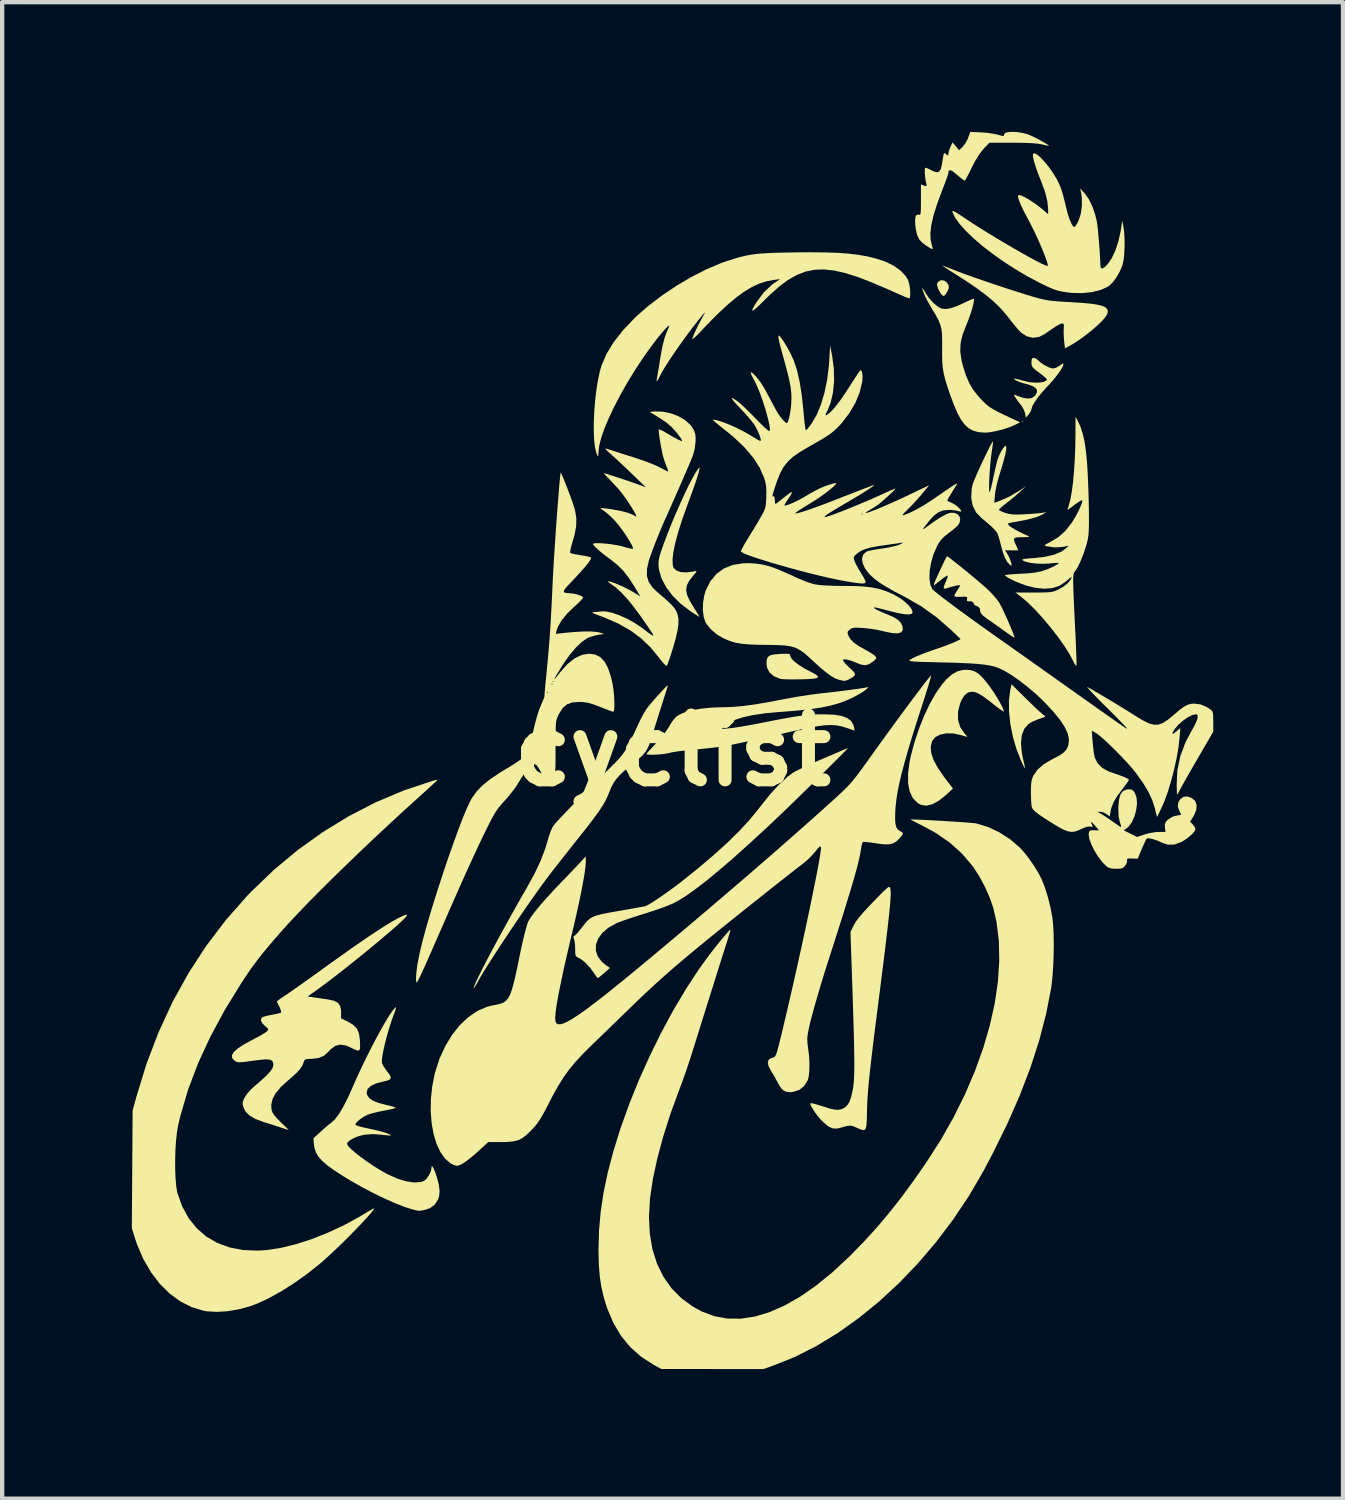
<source format=kicad_pcb>
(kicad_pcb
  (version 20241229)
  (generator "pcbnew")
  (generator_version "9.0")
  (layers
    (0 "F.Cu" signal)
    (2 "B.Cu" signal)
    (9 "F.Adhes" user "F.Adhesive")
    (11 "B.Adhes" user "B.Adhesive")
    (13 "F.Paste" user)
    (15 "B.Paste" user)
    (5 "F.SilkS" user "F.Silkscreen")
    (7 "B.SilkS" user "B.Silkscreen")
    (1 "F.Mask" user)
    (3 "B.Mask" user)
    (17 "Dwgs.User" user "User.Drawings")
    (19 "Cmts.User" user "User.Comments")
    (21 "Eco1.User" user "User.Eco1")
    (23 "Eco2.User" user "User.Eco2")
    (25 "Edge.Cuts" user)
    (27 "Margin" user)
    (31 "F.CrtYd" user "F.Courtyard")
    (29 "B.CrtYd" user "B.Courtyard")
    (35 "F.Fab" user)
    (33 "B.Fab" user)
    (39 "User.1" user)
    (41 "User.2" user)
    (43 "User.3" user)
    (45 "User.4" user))
  (footprint "cyclist"
    (layer "F.Cu")
    (at 12.51 14.313)
    (property "Reference" "cyclist" (at 0 0 0) (layer "F.SilkS") (effects (font (size 1.5 1.5) (thickness 0.3))))
    (attr board_only exclude_from_pos_files exclude_from_bom)
    (fp_poly (pts (xy 8.109 -7.615) (xy 8.096 -7.601) (xy 8.082 -7.615) (xy 8.096 -7.628)) (stroke (width 0) (type solid)) (fill yes) (layer "F.SilkS"))
    (fp_poly (pts (xy 6.282 -10.873) (xy 6.343 -10.829) (xy 6.385 -10.765) (xy 6.39 -10.7) (xy 6.359 -10.623) (xy 6.318 -10.557) (xy 6.279 -10.518) (xy 6.268 -10.515) (xy 6.235 -10.535) (xy 6.201 -10.576) (xy 6.137 -10.693) (xy 6.114 -10.778) (xy 6.134 -10.837) (xy 6.196 -10.875) (xy 6.216 -10.881)) (stroke (width 0) (type solid)) (fill yes) (layer "F.SilkS"))
    (fp_poly (pts (xy 2.669 -2.239) (xy 2.705 -2.231) (xy 2.719 -2.213) (xy 2.721 -2.19) (xy 2.746 -2.133) (xy 2.814 -2.061) (xy 2.919 -1.981) (xy 3.053 -1.897) (xy 3.153 -1.844) (xy 3.267 -1.785) (xy 3.336 -1.742) (xy 3.365 -1.713) (xy 3.359 -1.69) (xy 3.333 -1.676) (xy 3.283 -1.666) (xy 3.191 -1.657) (xy 3.071 -1.651) (xy 2.934 -1.647) (xy 2.795 -1.646) (xy 2.667 -1.647) (xy 2.562 -1.651) (xy 2.495 -1.658) (xy 2.488 -1.66) (xy 2.343 -1.719) (xy 2.24 -1.808) (xy 2.183 -1.923) (xy 2.172 -2.013) (xy 2.178 -2.103) (xy 2.203 -2.164) (xy 2.256 -2.202) (xy 2.346 -2.223) (xy 2.481 -2.234) (xy 2.484 -2.235) (xy 2.598 -2.239)) (stroke (width 0) (type solid)) (fill yes) (layer "F.SilkS"))
    (fp_poly (pts (xy 8.174 -1.203) (xy 8.289 -1.091) (xy 8.395 -0.989) (xy 8.485 -0.906) (xy 8.549 -0.85) (xy 8.574 -0.829) (xy 8.616 -0.795) (xy 8.608 -0.776) (xy 8.602 -0.774) (xy 8.453 -0.723) (xy 8.326 -0.669) (xy 8.237 -0.617) (xy 8.231 -0.612) (xy 8.135 -0.502) (xy 8.078 -0.354) (xy 8.059 -0.169) (xy 8.079 0.052) (xy 8.107 0.192) (xy 8.131 0.294) (xy 8.147 0.372) (xy 8.154 0.415) (xy 8.154 0.418) (xy 8.14 0.398) (xy 8.11 0.34) (xy 8.07 0.255) (xy 8.063 0.24) (xy 7.956 -0.031) (xy 7.872 -0.318) (xy 7.814 -0.61) (xy 7.783 -0.893) (xy 7.781 -1.157) (xy 7.81 -1.389) (xy 7.81 -1.39) (xy 7.84 -1.533)) (stroke (width 0) (type solid)) (fill yes) (layer "F.SilkS"))
    (fp_poly (pts (xy 0.625 -6.541) (xy 0.615 -6.487) (xy 0.593 -6.401) (xy 0.56 -6.291) (xy 0.513 -6.151) (xy 0.45 -5.974) (xy 0.37 -5.755) (xy 0.331 -5.649) (xy 0.217 -5.331) (xy 0.127 -5.045) (xy 0.06 -4.795) (xy 0.016 -4.584) (xy -0.002 -4.414) (xy 0.004 -4.287) (xy 0.024 -4.225) (xy 0.087 -4.165) (xy 0.188 -4.129) (xy 0.319 -4.121) (xy 0.47 -4.14) (xy 0.535 -4.156) (xy 0.554 -4.153) (xy 0.537 -4.119) (xy 0.481 -4.05) (xy 0.473 -4.041) (xy 0.382 -3.925) (xy 0.329 -3.82) (xy 0.313 -3.715) (xy 0.335 -3.601) (xy 0.394 -3.468) (xy 0.492 -3.306) (xy 0.496 -3.299) (xy 0.554 -3.208) (xy 0.597 -3.138) (xy 0.619 -3.098) (xy 0.62 -3.093) (xy 0.594 -3.107) (xy 0.533 -3.145) (xy 0.449 -3.2) (xy 0.404 -3.23) (xy 0.183 -3.399) (xy -0.004 -3.585) (xy -0.152 -3.783) (xy -0.258 -3.985) (xy -0.316 -4.186) (xy -0.325 -4.261) (xy -0.327 -4.336) (xy -0.32 -4.409) (xy -0.303 -4.491) (xy -0.272 -4.595) (xy -0.223 -4.734) (xy -0.207 -4.78) (xy -0.121 -5.007) (xy -0.027 -5.244) (xy 0.073 -5.481) (xy 0.175 -5.713) (xy 0.275 -5.932) (xy 0.37 -6.129) (xy 0.457 -6.297) (xy 0.532 -6.429) (xy 0.59 -6.515) (xy 0.619 -6.549)) (stroke (width 0) (type solid)) (fill yes) (layer "F.SilkS"))
    (fp_poly (pts (xy 6.24 -11.222) (xy 6.281 -11.206) (xy 6.361 -11.176) (xy 6.469 -11.134) (xy 6.594 -11.085) (xy 6.597 -11.084) (xy 6.769 -11.019) (xy 6.981 -10.943) (xy 7.221 -10.86) (xy 7.475 -10.774) (xy 7.731 -10.689) (xy 7.977 -10.61) (xy 8.2 -10.54) (xy 8.341 -10.498) (xy 8.469 -10.462) (xy 8.579 -10.435) (xy 8.685 -10.415) (xy 8.801 -10.401) (xy 8.94 -10.389) (xy 9.116 -10.378) (xy 9.178 -10.375) (xy 9.437 -10.359) (xy 9.645 -10.341) (xy 9.807 -10.318) (xy 9.926 -10.291) (xy 10.006 -10.257) (xy 10.052 -10.215) (xy 10.068 -10.165) (xy 10.057 -10.104) (xy 10.056 -10.1) (xy 10.014 -10.03) (xy 9.934 -9.938) (xy 9.825 -9.832) (xy 9.695 -9.719) (xy 9.552 -9.605) (xy 9.405 -9.499) (xy 9.263 -9.407) (xy 9.163 -9.351) (xy 9.076 -9.306) (xy 9.057 -9.483) (xy 9.048 -9.597) (xy 9.046 -9.708) (xy 9.049 -9.771) (xy 9.051 -9.844) (xy 9.038 -9.876) (xy 9.013 -9.882) (xy 8.961 -9.865) (xy 8.873 -9.817) (xy 8.756 -9.74) (xy 8.616 -9.64) (xy 8.615 -9.639) (xy 8.478 -9.568) (xy 8.335 -9.549) (xy 8.194 -9.583) (xy 8.061 -9.669) (xy 8.048 -9.681) (xy 7.998 -9.734) (xy 7.926 -9.819) (xy 7.841 -9.924) (xy 7.766 -10.021) (xy 7.653 -10.159) (xy 7.53 -10.291) (xy 7.389 -10.422) (xy 7.224 -10.556) (xy 7.03 -10.699) (xy 6.799 -10.856) (xy 6.526 -11.031) (xy 6.504 -11.045) (xy 6.395 -11.114) (xy 6.31 -11.17) (xy 6.255 -11.207) (xy 6.237 -11.222)) (stroke (width 0) (type solid)) (fill yes) (layer "F.SilkS"))
    (fp_poly (pts (xy 6.899 -1.86) (xy 6.993 -1.829) (xy 7.084 -1.771) (xy 7.18 -1.677) (xy 7.29 -1.543) (xy 7.324 -1.498) (xy 7.403 -1.387) (xy 7.48 -1.269) (xy 7.549 -1.153) (xy 7.607 -1.049) (xy 7.646 -0.966) (xy 7.663 -0.914) (xy 7.66 -0.903) (xy 7.635 -0.913) (xy 7.577 -0.953) (xy 7.496 -1.013) (xy 7.432 -1.064) (xy 7.284 -1.18) (xy 7.169 -1.263) (xy 7.079 -1.318) (xy 7.004 -1.349) (xy 6.939 -1.36) (xy 6.922 -1.361) (xy 6.83 -1.341) (xy 6.752 -1.278) (xy 6.684 -1.168) (xy 6.651 -1.089) (xy 6.602 -0.895) (xy 6.603 -0.711) (xy 6.653 -0.543) (xy 6.753 -0.396) (xy 6.757 -0.392) (xy 6.799 -0.344) (xy 6.817 -0.318) (xy 6.816 -0.316) (xy 6.785 -0.324) (xy 6.719 -0.343) (xy 6.669 -0.358) (xy 6.493 -0.395) (xy 6.33 -0.398) (xy 6.189 -0.369) (xy 6.078 -0.31) (xy 6.006 -0.223) (xy 6 -0.209) (xy 5.971 -0.084) (xy 5.983 0.057) (xy 6.037 0.217) (xy 6.135 0.4) (xy 6.278 0.608) (xy 6.307 0.646) (xy 6.486 0.88) (xy 6.332 1.021) (xy 6.163 1.157) (xy 6.01 1.242) (xy 5.872 1.275) (xy 5.748 1.257) (xy 5.671 1.216) (xy 5.56 1.105) (xy 5.486 0.953) (xy 5.448 0.762) (xy 5.447 0.531) (xy 5.482 0.263) (xy 5.51 0.127) (xy 5.596 -0.194) (xy 5.701 -0.509) (xy 5.821 -0.809) (xy 5.952 -1.085) (xy 6.091 -1.329) (xy 6.234 -1.533) (xy 6.34 -1.654) (xy 6.465 -1.764) (xy 6.585 -1.832) (xy 6.713 -1.863) (xy 6.792 -1.868)) (stroke (width 0) (type solid)) (fill yes) (layer "F.SilkS"))
    (fp_poly (pts (xy 5.785 -10.691) (xy 5.817 -10.643) (xy 5.853 -10.582) (xy 5.93 -10.469) (xy 6.024 -10.364) (xy 6.121 -10.28) (xy 6.208 -10.229) (xy 6.227 -10.223) (xy 6.327 -10.214) (xy 6.447 -10.236) (xy 6.595 -10.289) (xy 6.73 -10.351) (xy 6.831 -10.399) (xy 6.911 -10.435) (xy 6.96 -10.453) (xy 6.969 -10.454) (xy 6.973 -10.417) (xy 6.96 -10.341) (xy 6.933 -10.235) (xy 6.896 -10.113) (xy 6.851 -9.985) (xy 6.803 -9.862) (xy 6.788 -9.827) (xy 6.706 -9.614) (xy 6.662 -9.422) (xy 6.654 -9.233) (xy 6.683 -9.032) (xy 6.719 -8.889) (xy 6.786 -8.679) (xy 6.859 -8.508) (xy 6.945 -8.359) (xy 7.054 -8.217) (xy 7.123 -8.14) (xy 7.197 -8.063) (xy 7.264 -8.001) (xy 7.335 -7.946) (xy 7.419 -7.893) (xy 7.525 -7.836) (xy 7.664 -7.768) (xy 7.819 -7.695) (xy 8.038 -7.594) (xy 7.929 -7.538) (xy 7.792 -7.479) (xy 7.628 -7.425) (xy 7.457 -7.384) (xy 7.3 -7.359) (xy 7.217 -7.354) (xy 7.073 -7.367) (xy 6.95 -7.401) (xy 6.939 -7.405) (xy 6.84 -7.464) (xy 6.751 -7.547) (xy 6.667 -7.662) (xy 6.586 -7.814) (xy 6.502 -8.01) (xy 6.421 -8.229) (xy 6.354 -8.426) (xy 6.305 -8.586) (xy 6.271 -8.725) (xy 6.25 -8.857) (xy 6.238 -8.996) (xy 6.235 -9.157) (xy 6.235 -9.316) (xy 6.236 -9.497) (xy 6.232 -9.638) (xy 6.219 -9.753) (xy 6.192 -9.854) (xy 6.149 -9.958) (xy 6.085 -10.077) (xy 5.996 -10.226) (xy 5.979 -10.255) (xy 5.907 -10.381) (xy 5.845 -10.502) (xy 5.8 -10.607) (xy 5.775 -10.683) (xy 5.773 -10.704)) (stroke (width 0) (type solid)) (fill yes) (layer "F.SilkS"))
    (fp_poly (pts (xy 8.412 -9.065) (xy 8.443 -9.039) (xy 8.507 -8.98) (xy 8.596 -8.921) (xy 8.691 -8.871) (xy 8.773 -8.841) (xy 8.8 -8.838) (xy 8.87 -8.855) (xy 8.946 -8.899) (xy 8.959 -8.909) (xy 9.018 -8.951) (xy 9.043 -8.949) (xy 9.044 -8.942) (xy 9.025 -8.882) (xy 8.974 -8.793) (xy 8.895 -8.684) (xy 8.797 -8.563) (xy 8.685 -8.439) (xy 8.672 -8.425) (xy 8.55 -8.292) (xy 8.447 -8.164) (xy 8.367 -8.049) (xy 8.317 -7.957) (xy 8.302 -7.899) (xy 8.285 -7.847) (xy 8.243 -7.783) (xy 8.237 -7.776) (xy 8.172 -7.701) (xy 8.153 -7.803) (xy 8.122 -7.892) (xy 8.069 -7.98) (xy 8.059 -7.993) (xy 7.996 -8.072) (xy 7.94 -8.151) (xy 7.933 -8.162) (xy 7.901 -8.214) (xy 7.899 -8.231) (xy 7.928 -8.223) (xy 7.934 -8.22) (xy 8.093 -8.164) (xy 8.215 -8.142) (xy 8.308 -8.155) (xy 8.379 -8.203) (xy 8.39 -8.216) (xy 8.432 -8.295) (xy 8.419 -8.363) (xy 8.353 -8.42) (xy 8.233 -8.467) (xy 8.177 -8.481) (xy 8.08 -8.507) (xy 7.992 -8.54) (xy 7.969 -8.551) (xy 7.907 -8.586) (xy 7.89 -8.603) (xy 7.919 -8.604) (xy 7.998 -8.587) (xy 8.126 -8.552) (xy 8.149 -8.546) (xy 8.272 -8.52) (xy 8.395 -8.51) (xy 8.507 -8.514) (xy 8.595 -8.532) (xy 8.648 -8.562) (xy 8.659 -8.587) (xy 8.638 -8.613) (xy 8.583 -8.661) (xy 8.505 -8.722) (xy 8.48 -8.741) (xy 8.391 -8.808) (xy 8.338 -8.857) (xy 8.311 -8.899) (xy 8.302 -8.947) (xy 8.302 -8.978) (xy 8.307 -9.05) (xy 8.327 -9.08) (xy 8.353 -9.085)) (stroke (width 0) (type solid)) (fill yes) (layer "F.SilkS"))
    (fp_poly (pts (xy 6.378 -4.478) (xy 6.44 -4.432) (xy 6.528 -4.362) (xy 6.637 -4.276) (xy 6.758 -4.178) (xy 6.883 -4.075) (xy 7.006 -3.973) (xy 7.118 -3.878) (xy 7.213 -3.797) (xy 7.254 -3.76) (xy 7.355 -3.663) (xy 7.451 -3.558) (xy 7.527 -3.465) (xy 7.549 -3.433) (xy 7.584 -3.37) (xy 7.631 -3.277) (xy 7.685 -3.162) (xy 7.742 -3.037) (xy 7.797 -2.911) (xy 7.845 -2.796) (xy 7.883 -2.7) (xy 7.906 -2.634) (xy 7.91 -2.609) (xy 7.886 -2.621) (xy 7.827 -2.659) (xy 7.742 -2.718) (xy 7.655 -2.78) (xy 7.536 -2.866) (xy 7.416 -2.951) (xy 7.312 -3.024) (xy 7.264 -3.057) (xy 7.184 -3.119) (xy 7.133 -3.174) (xy 7.12 -3.204) (xy 7.105 -3.29) (xy 7.063 -3.335) (xy 7.036 -3.34) (xy 6.988 -3.363) (xy 6.969 -3.395) (xy 6.943 -3.439) (xy 6.895 -3.454) (xy 6.84 -3.452) (xy 6.808 -3.462) (xy 6.81 -3.506) (xy 6.815 -3.539) (xy 6.799 -3.556) (xy 6.752 -3.56) (xy 6.67 -3.556) (xy 6.578 -3.555) (xy 6.525 -3.564) (xy 6.515 -3.574) (xy 6.529 -3.612) (xy 6.565 -3.675) (xy 6.584 -3.703) (xy 6.625 -3.767) (xy 6.65 -3.811) (xy 6.652 -3.819) (xy 6.629 -3.825) (xy 6.567 -3.816) (xy 6.482 -3.797) (xy 6.388 -3.769) (xy 6.371 -3.763) (xy 6.306 -3.744) (xy 6.274 -3.751) (xy 6.273 -3.788) (xy 6.301 -3.864) (xy 6.324 -3.914) (xy 6.353 -3.987) (xy 6.366 -4.037) (xy 6.365 -4.049) (xy 6.338 -4.04) (xy 6.282 -4.004) (xy 6.22 -3.957) (xy 6.144 -3.897) (xy 6.081 -3.847) (xy 6.053 -3.825) (xy 6.044 -3.832) (xy 6.056 -3.879) (xy 6.084 -3.947) (xy 6.172 -4.139) (xy 6.24 -4.284) (xy 6.289 -4.388) (xy 6.323 -4.455) (xy 6.344 -4.488) (xy 6.351 -4.494)) (stroke (width 0) (type solid)) (fill yes) (layer "F.SilkS"))
    (fp_poly (pts (xy 5.022 3.159) (xy 5.032 3.178) (xy 5.035 3.19) (xy 5.041 3.223) (xy 5.045 3.27) (xy 5.045 3.333) (xy 5.042 3.415) (xy 5.034 3.52) (xy 5.023 3.65) (xy 5.007 3.808) (xy 4.986 3.999) (xy 4.96 4.225) (xy 4.928 4.489) (xy 4.891 4.794) (xy 4.847 5.143) (xy 4.797 5.541) (xy 4.74 5.989) (xy 4.729 6.075) (xy 4.68 6.46) (xy 4.638 6.795) (xy 4.603 7.087) (xy 4.574 7.341) (xy 4.55 7.561) (xy 4.531 7.754) (xy 4.517 7.924) (xy 4.507 8.078) (xy 4.5 8.22) (xy 4.496 8.355) (xy 4.496 8.384) (xy 4.492 8.549) (xy 4.485 8.665) (xy 4.47 8.738) (xy 4.443 8.775) (xy 4.401 8.78) (xy 4.339 8.761) (xy 4.265 8.728) (xy 4.18 8.692) (xy 4.114 8.677) (xy 4.046 8.682) (xy 3.953 8.706) (xy 3.916 8.718) (xy 3.798 8.746) (xy 3.701 8.741) (xy 3.609 8.699) (xy 3.505 8.615) (xy 3.499 8.61) (xy 3.425 8.535) (xy 3.35 8.446) (xy 3.283 8.355) (xy 3.229 8.271) (xy 3.194 8.204) (xy 3.186 8.164) (xy 3.194 8.157) (xy 3.234 8.162) (xy 3.313 8.182) (xy 3.417 8.213) (xy 3.476 8.232) (xy 3.628 8.28) (xy 3.743 8.306) (xy 3.832 8.312) (xy 3.907 8.297) (xy 3.959 8.274) (xy 4.029 8.222) (xy 4.084 8.141) (xy 4.128 8.023) (xy 4.166 7.858) (xy 4.166 7.858) (xy 4.178 7.787) (xy 4.188 7.707) (xy 4.195 7.614) (xy 4.2 7.504) (xy 4.203 7.373) (xy 4.204 7.216) (xy 4.202 7.029) (xy 4.198 6.807) (xy 4.192 6.547) (xy 4.183 6.244) (xy 4.172 5.894) (xy 4.161 5.562) (xy 4.115 4.196) (xy 4.192 4.04) (xy 4.241 3.956) (xy 4.319 3.853) (xy 4.428 3.726) (xy 4.573 3.57) (xy 4.642 3.499) (xy 4.77 3.367) (xy 4.865 3.271) (xy 4.933 3.207) (xy 4.978 3.169) (xy 5.006 3.154)) (stroke (width 0) (type solid)) (fill yes) (layer "F.SilkS"))
    (fp_poly (pts (xy -0.11 -1.509) (xy -0.118 -1.478) (xy -0.14 -1.404) (xy -0.174 -1.294) (xy -0.218 -1.156) (xy -0.268 -0.999) (xy -0.274 -0.979) (xy -0.33 -0.805) (xy -0.383 -0.634) (xy -0.431 -0.479) (xy -0.47 -0.353) (xy -0.494 -0.272) (xy -0.549 -0.11) (xy -0.617 0.017) (xy -0.711 0.128) (xy -0.825 0.227) (xy -0.994 0.364) (xy -1.126 0.477) (xy -1.227 0.573) (xy -1.305 0.661) (xy -1.365 0.748) (xy -1.415 0.842) (xy -1.461 0.952) (xy -1.473 0.981) (xy -1.51 1.072) (xy -1.554 1.162) (xy -1.608 1.257) (xy -1.677 1.364) (xy -1.765 1.488) (xy -1.875 1.637) (xy -2.013 1.815) (xy -2.174 2.018) (xy -2.346 2.235) (xy -2.488 2.415) (xy -2.605 2.563) (xy -2.701 2.685) (xy -2.781 2.788) (xy -2.849 2.877) (xy -2.91 2.958) (xy -2.968 3.036) (xy -3.017 3.102) (xy -3.135 3.266) (xy -3.269 3.456) (xy -3.415 3.666) (xy -3.567 3.889) (xy -3.722 4.118) (xy -3.874 4.346) (xy -4.02 4.566) (xy -4.154 4.773) (xy -4.273 4.958) (xy -4.371 5.115) (xy -4.444 5.237) (xy -4.47 5.282) (xy -4.538 5.404) (xy -4.583 5.479) (xy -4.604 5.506) (xy -4.602 5.485) (xy -4.576 5.416) (xy -4.573 5.408) (xy -4.523 5.297) (xy -4.448 5.145) (xy -4.353 4.957) (xy -4.241 4.742) (xy -4.114 4.503) (xy -3.977 4.249) (xy -3.832 3.986) (xy -3.683 3.719) (xy -3.534 3.454) (xy -3.388 3.2) (xy -3.374 3.176) (xy -3.191 2.843) (xy -3.049 2.54) (xy -2.944 2.263) (xy -2.899 2.11) (xy -2.862 1.984) (xy -2.82 1.866) (xy -2.78 1.776) (xy -2.761 1.746) (xy -2.71 1.682) (xy -2.62 1.582) (xy -2.494 1.449) (xy -2.335 1.284) (xy -2.143 1.09) (xy -1.922 0.869) (xy -1.673 0.623) (xy -1.585 0.536) (xy -1.444 0.397) (xy -1.331 0.285) (xy -1.241 0.189) (xy -1.168 0.103) (xy -1.106 0.016) (xy -1.047 -0.081) (xy -0.987 -0.195) (xy -0.919 -0.337) (xy -0.838 -0.515) (xy -0.787 -0.625) (xy -0.731 -0.742) (xy -0.67 -0.856) (xy -0.616 -0.945) (xy -0.609 -0.955) (xy -0.566 -1.013) (xy -0.502 -1.091) (xy -0.424 -1.18) (xy -0.342 -1.273) (xy -0.262 -1.361) (xy -0.192 -1.436) (xy -0.139 -1.488) (xy -0.112 -1.51)) (stroke (width 0) (type solid)) (fill yes) (layer "F.SilkS"))
    (fp_poly (pts (xy 4.046 -0.047) (xy 4.003 0.000339) (xy 3.928 0.077) (xy 3.826 0.18) (xy 3.702 0.304) (xy 3.56 0.445) (xy 3.403 0.6) (xy 3.237 0.763) (xy 3.065 0.931) (xy 2.892 1.1) (xy 2.722 1.265) (xy 2.559 1.422) (xy 2.407 1.567) (xy 2.271 1.696) (xy 2.185 1.777) (xy 1.785 2.145) (xy 1.421 2.472) (xy 1.091 2.756) (xy 0.797 2.999) (xy 0.536 3.201) (xy 0.31 3.362) (xy 0.118 3.481) (xy 0.014 3.535) (xy -0.089 3.579) (xy -0.23 3.633) (xy -0.394 3.691) (xy -0.568 3.748) (xy -0.671 3.78) (xy -0.837 3.832) (xy -0.998 3.885) (xy -1.142 3.934) (xy -1.254 3.976) (xy -1.306 3.998) (xy -1.488 4.1) (xy -1.627 4.22) (xy -1.722 4.351) (xy -1.773 4.489) (xy -1.776 4.628) (xy -1.732 4.762) (xy -1.639 4.886) (xy -1.545 4.964) (xy -1.449 5.029) (xy -1.583 5.147) (xy -1.654 5.207) (xy -1.707 5.249) (xy -1.731 5.264) (xy -1.753 5.243) (xy -1.792 5.189) (xy -1.82 5.146) (xy -1.91 5.023) (xy -2.012 4.913) (xy -2.112 4.831) (xy -2.174 4.796) (xy -2.217 4.775) (xy -2.241 4.746) (xy -2.252 4.696) (xy -2.254 4.608) (xy -2.254 4.586) (xy -2.258 4.484) (xy -2.27 4.399) (xy -2.283 4.355) (xy -2.297 4.309) (xy -2.271 4.286) (xy -2.237 4.258) (xy -2.18 4.196) (xy -2.112 4.112) (xy -2.078 4.069) (xy -2.021 3.994) (xy -1.968 3.934) (xy -1.913 3.887) (xy -1.847 3.849) (xy -1.764 3.817) (xy -1.655 3.787) (xy -1.512 3.758) (xy -1.329 3.725) (xy -1.168 3.697) (xy -1.007 3.669) (xy -0.863 3.644) (xy -0.744 3.622) (xy -0.662 3.606) (xy -0.626 3.598) (xy -0.571 3.572) (xy -0.482 3.519) (xy -0.366 3.444) (xy -0.233 3.353) (xy -0.091 3.253) (xy 0.05 3.15) (xy 0.179 3.052) (xy 0.583 2.729) (xy 0.941 2.426) (xy 1.257 2.141) (xy 1.534 1.869) (xy 1.776 1.608) (xy 1.985 1.354) (xy 2.032 1.292) (xy 2.252 1.016) (xy 2.464 0.785) (xy 2.666 0.601) (xy 2.782 0.515) (xy 2.842 0.48) (xy 2.944 0.429) (xy 3.078 0.365) (xy 3.234 0.294) (xy 3.404 0.219) (xy 3.464 0.194) (xy 3.628 0.123) (xy 3.777 0.06) (xy 3.901 0.006) (xy 3.993 -0.033) (xy 4.046 -0.056) (xy 4.055 -0.06)) (stroke (width 0) (type solid)) (fill yes) (layer "F.SilkS"))
    (fp_poly (pts (xy 4.527 -1.46) (xy 4.492 -1.427) (xy 4.467 -1.405) (xy 4.404 -1.359) (xy 4.308 -1.301) (xy 4.198 -1.241) (xy 4.165 -1.224) (xy 4.003 -1.151) (xy 3.831 -1.089) (xy 3.641 -1.037) (xy 3.428 -0.993) (xy 3.182 -0.957) (xy 2.898 -0.926) (xy 2.567 -0.899) (xy 2.476 -0.893) (xy 2.149 -0.863) (xy 1.862 -0.821) (xy 1.62 -0.768) (xy 1.423 -0.704) (xy 1.276 -0.629) (xy 1.193 -0.56) (xy 1.141 -0.5) (xy 1.333 -0.517) (xy 1.417 -0.527) (xy 1.544 -0.547) (xy 1.703 -0.574) (xy 1.883 -0.606) (xy 2.073 -0.643) (xy 2.144 -0.657) (xy 2.408 -0.709) (xy 2.627 -0.75) (xy 2.81 -0.782) (xy 2.966 -0.805) (xy 3.103 -0.822) (xy 3.231 -0.832) (xy 3.359 -0.837) (xy 3.494 -0.838) (xy 3.502 -0.838) (xy 3.728 -0.83) (xy 3.905 -0.802) (xy 4.037 -0.754) (xy 4.128 -0.684) (xy 4.182 -0.59) (xy 4.194 -0.545) (xy 4.211 -0.461) (xy 4.023 -0.525) (xy 3.907 -0.56) (xy 3.792 -0.582) (xy 3.67 -0.591) (xy 3.532 -0.586) (xy 3.371 -0.566) (xy 3.178 -0.532) (xy 2.944 -0.483) (xy 2.827 -0.457) (xy 2.401 -0.36) (xy 2.025 -0.276) (xy 1.697 -0.204) (xy 1.415 -0.143) (xy 1.306 -0.121) (xy 1.193 -0.101) (xy 1.041 -0.079) (xy 0.865 -0.058) (xy 0.681 -0.039) (xy 0.564 -0.029) (xy 0.393 -0.013) (xy 0.232 0.005) (xy 0.091 0.024) (xy -0.016 0.041) (xy -0.069 0.054) (xy -0.145 0.07) (xy -0.243 0.084) (xy -0.351 0.093) (xy -0.455 0.097) (xy -0.54 0.095) (xy -0.594 0.088) (xy -0.605 0.079) (xy -0.587 0.054) (xy -0.538 -0.002) (xy -0.466 -0.079) (xy -0.393 -0.156) (xy -0.28 -0.28) (xy -0.177 -0.411) (xy -0.096 -0.53) (xy -0.08 -0.558) (xy -0.013 -0.667) (xy 0.058 -0.757) (xy 0.111 -0.805) (xy 0.243 -0.871) (xy 0.421 -0.926) (xy 0.64 -0.967) (xy 0.892 -0.993) (xy 1.17 -1.003) (xy 1.198 -1.003) (xy 1.399 -1.01) (xy 1.627 -1.03) (xy 1.889 -1.065) (xy 2.19 -1.115) (xy 2.538 -1.181) (xy 2.541 -1.182) (xy 2.736 -1.219) (xy 2.947 -1.255) (xy 3.155 -1.287) (xy 3.34 -1.312) (xy 3.421 -1.321) (xy 3.618 -1.343) (xy 3.817 -1.366) (xy 4.007 -1.39) (xy 4.179 -1.413) (xy 4.323 -1.433) (xy 4.43 -1.45) (xy 4.481 -1.46) (xy 4.522 -1.468)) (stroke (width 0) (type solid)) (fill yes) (layer "F.SilkS"))
    (fp_poly (pts (xy -5.443 0.681) (xy -5.462 0.703) (xy -5.516 0.754) (xy -5.598 0.83) (xy -5.702 0.925) (xy -5.807 1.02) (xy -6.155 1.334) (xy -6.506 1.657) (xy -6.856 1.984) (xy -7.201 2.311) (xy -7.535 2.632) (xy -7.855 2.943) (xy -8.154 3.24) (xy -8.429 3.518) (xy -8.674 3.773) (xy -8.885 3.999) (xy -8.998 4.123) (xy -9.19 4.342) (xy -9.351 4.53) (xy -9.49 4.698) (xy -9.612 4.855) (xy -9.727 5.01) (xy -9.841 5.174) (xy -9.962 5.356) (xy -9.965 5.36) (xy -10.356 5.994) (xy -10.693 6.619) (xy -10.978 7.236) (xy -11.208 7.844) (xy -11.385 8.443) (xy -11.441 8.679) (xy -11.468 8.84) (xy -11.488 9.033) (xy -11.502 9.248) (xy -11.508 9.471) (xy -11.507 9.691) (xy -11.499 9.896) (xy -11.484 10.074) (xy -11.461 10.213) (xy -11.454 10.24) (xy -11.343 10.55) (xy -11.193 10.822) (xy -11.007 11.053) (xy -10.786 11.244) (xy -10.533 11.391) (xy -10.248 11.495) (xy -9.935 11.555) (xy -9.594 11.568) (xy -9.403 11.557) (xy -9.074 11.508) (xy -8.719 11.421) (xy -8.347 11.302) (xy -7.969 11.152) (xy -7.595 10.977) (xy -7.235 10.78) (xy -7.173 10.742) (xy -7.076 10.683) (xy -6.989 10.632) (xy -6.929 10.598) (xy -6.927 10.597) (xy -6.906 10.594) (xy -6.92 10.624) (xy -6.965 10.683) (xy -7.036 10.766) (xy -7.13 10.87) (xy -7.242 10.988) (xy -7.367 11.118) (xy -7.501 11.254) (xy -7.64 11.392) (xy -7.78 11.527) (xy -7.915 11.654) (xy -8.042 11.77) (xy -8.156 11.87) (xy -8.157 11.87) (xy -8.449 12.103) (xy -8.75 12.317) (xy -9.051 12.508) (xy -9.343 12.67) (xy -9.617 12.797) (xy -9.759 12.85) (xy -10.021 12.924) (xy -10.289 12.97) (xy -10.547 12.986) (xy -10.779 12.972) (xy -10.844 12.961) (xy -11.124 12.877) (xy -11.389 12.743) (xy -11.637 12.561) (xy -11.864 12.336) (xy -12.066 12.071) (xy -12.242 11.768) (xy -12.387 11.432) (xy -12.44 11.275) (xy -12.51 11.05) (xy -12.501 9.69) (xy -12.492 8.329) (xy -12.402 7.999) (xy -12.169 7.242) (xy -11.891 6.515) (xy -11.569 5.818) (xy -11.202 5.154) (xy -10.791 4.521) (xy -10.336 3.922) (xy -9.839 3.357) (xy -9.746 3.261) (xy -9.222 2.759) (xy -8.669 2.299) (xy -8.089 1.884) (xy -7.486 1.515) (xy -6.862 1.194) (xy -6.221 0.924) (xy -5.565 0.705) (xy -5.491 0.683) (xy -5.451 0.677)) (stroke (width 0) (type solid)) (fill yes) (layer "F.SilkS"))
    (fp_poly (pts (xy 7.971 -14.307) (xy 8.092 -14.289) (xy 8.207 -14.259) (xy 8.255 -14.241) (xy 8.336 -14.205) (xy 8.429 -14.158) (xy 8.525 -14.107) (xy 8.611 -14.058) (xy 8.675 -14.017) (xy 8.706 -13.993) (xy 8.706 -13.989) (xy 8.679 -13.992) (xy 8.614 -14.006) (xy 8.55 -14.022) (xy 8.458 -14.038) (xy 8.327 -14.05) (xy 8.153 -14.058) (xy 7.929 -14.061) (xy 7.865 -14.061) (xy 7.33 -14.061) (xy 7.198 -13.924) (xy 7.095 -13.796) (xy 6.989 -13.619) (xy 6.921 -13.486) (xy 6.864 -13.369) (xy 6.814 -13.274) (xy 6.777 -13.208) (xy 6.757 -13.182) (xy 6.757 -13.182) (xy 6.729 -13.199) (xy 6.671 -13.243) (xy 6.595 -13.306) (xy 6.58 -13.319) (xy 6.489 -13.393) (xy 6.427 -13.426) (xy 6.392 -13.418) (xy 6.379 -13.37) (xy 6.378 -13.354) (xy 6.368 -13.318) (xy 6.342 -13.24) (xy 6.302 -13.131) (xy 6.252 -13) (xy 6.224 -12.928) (xy 6.113 -12.627) (xy 6.033 -12.368) (xy 5.983 -12.147) (xy 5.963 -11.96) (xy 5.971 -11.802) (xy 5.996 -11.699) (xy 6.013 -11.637) (xy 6.015 -11.601) (xy 6.014 -11.599) (xy 5.987 -11.607) (xy 5.929 -11.64) (xy 5.853 -11.69) (xy 5.762 -11.761) (xy 5.705 -11.827) (xy 5.665 -11.908) (xy 5.657 -11.931) (xy 5.63 -12.037) (xy 5.614 -12.154) (xy 5.61 -12.263) (xy 5.619 -12.348) (xy 5.631 -12.378) (xy 5.672 -12.4) (xy 5.699 -12.396) (xy 5.718 -12.393) (xy 5.731 -12.408) (xy 5.739 -12.448) (xy 5.743 -12.522) (xy 5.745 -12.638) (xy 5.745 -12.738) (xy 5.745 -13.097) (xy 5.817 -13.07) (xy 5.867 -13.055) (xy 5.879 -13.07) (xy 5.871 -13.105) (xy 5.854 -13.181) (xy 5.841 -13.273) (xy 5.834 -13.363) (xy 5.834 -13.437) (xy 5.84 -13.479) (xy 5.846 -13.483) (xy 5.884 -13.472) (xy 5.95 -13.443) (xy 5.979 -13.428) (xy 6.065 -13.39) (xy 6.128 -13.378) (xy 6.173 -13.399) (xy 6.206 -13.459) (xy 6.231 -13.563) (xy 6.255 -13.711) (xy 6.268 -13.789) (xy 6.281 -13.821) (xy 6.302 -13.816) (xy 6.326 -13.797) (xy 6.364 -13.766) (xy 6.377 -13.775) (xy 6.378 -13.802) (xy 6.39 -13.86) (xy 6.417 -13.939) (xy 6.427 -13.962) (xy 6.475 -14.069) (xy 6.552 -13.979) (xy 6.628 -13.888) (xy 6.71 -13.967) (xy 6.769 -14.042) (xy 6.823 -14.139) (xy 6.839 -14.178) (xy 6.886 -14.311) (xy 7.133 -14.301) (xy 7.266 -14.291) (xy 7.398 -14.273) (xy 7.505 -14.252) (xy 7.525 -14.247) (xy 7.608 -14.223) (xy 7.651 -14.217) (xy 7.667 -14.228) (xy 7.669 -14.256) (xy 7.694 -14.288) (xy 7.761 -14.307) (xy 7.857 -14.313)) (stroke (width 0) (type solid)) (fill yes) (layer "F.SilkS"))
    (fp_poly (pts (xy 7.412 -7.123) (xy 7.404 -7.054) (xy 7.389 -6.956) (xy 7.383 -6.912) (xy 7.368 -6.802) (xy 7.354 -6.672) (xy 7.342 -6.532) (xy 7.332 -6.389) (xy 7.325 -6.255) (xy 7.322 -6.137) (xy 7.322 -6.045) (xy 7.326 -5.989) (xy 7.334 -5.977) (xy 7.335 -5.979) (xy 7.351 -6.022) (xy 7.373 -6.105) (xy 7.399 -6.217) (xy 7.421 -6.323) (xy 7.451 -6.46) (xy 7.481 -6.59) (xy 7.508 -6.697) (xy 7.523 -6.749) (xy 7.561 -6.843) (xy 7.608 -6.934) (xy 7.655 -7.006) (xy 7.695 -7.047) (xy 7.707 -7.051) (xy 7.72 -7.026) (xy 7.716 -6.955) (xy 7.694 -6.843) (xy 7.656 -6.696) (xy 7.604 -6.517) (xy 7.581 -6.446) (xy 7.535 -6.291) (xy 7.496 -6.138) (xy 7.468 -6.004) (xy 7.457 -5.917) (xy 7.442 -5.731) (xy 7.552 -5.77) (xy 7.782 -5.87) (xy 8.016 -6.008) (xy 8.041 -6.024) (xy 8.178 -6.118) (xy 8.027 -5.978) (xy 7.922 -5.885) (xy 7.8 -5.785) (xy 7.705 -5.711) (xy 7.626 -5.649) (xy 7.57 -5.598) (xy 7.547 -5.567) (xy 7.547 -5.564) (xy 7.579 -5.545) (xy 7.646 -5.516) (xy 7.702 -5.496) (xy 7.778 -5.475) (xy 7.858 -5.463) (xy 7.957 -5.459) (xy 8.088 -5.463) (xy 8.163 -5.467) (xy 8.298 -5.475) (xy 8.42 -5.485) (xy 8.515 -5.494) (xy 8.563 -5.501) (xy 8.645 -5.517) (xy 8.561 -5.463) (xy 8.469 -5.419) (xy 8.331 -5.375) (xy 8.159 -5.333) (xy 7.963 -5.296) (xy 7.948 -5.294) (xy 7.855 -5.277) (xy 7.787 -5.262) (xy 7.758 -5.252) (xy 7.764 -5.224) (xy 7.814 -5.179) (xy 7.903 -5.123) (xy 8.023 -5.058) (xy 8.169 -4.989) (xy 8.219 -4.967) (xy 8.247 -4.952) (xy 8.238 -4.943) (xy 8.187 -4.938) (xy 8.089 -4.936) (xy 7.978 -4.933) (xy 7.916 -4.921) (xy 7.895 -4.89) (xy 7.908 -4.832) (xy 7.944 -4.749) (xy 7.997 -4.632) (xy 7.844 -4.632) (xy 7.691 -4.632) (xy 7.737 -4.561) (xy 7.776 -4.491) (xy 7.81 -4.413) (xy 7.834 -4.34) (xy 7.842 -4.289) (xy 7.835 -4.275) (xy 7.804 -4.295) (xy 7.757 -4.345) (xy 7.739 -4.368) (xy 7.692 -4.451) (xy 7.644 -4.577) (xy 7.603 -4.72) (xy 7.573 -4.838) (xy 7.543 -4.941) (xy 7.519 -5.012) (xy 7.51 -5.033) (xy 7.464 -5.093) (xy 7.384 -5.175) (xy 7.28 -5.269) (xy 7.163 -5.364) (xy 7.153 -5.373) (xy 7.025 -5.503) (xy 6.943 -5.663) (xy 6.907 -5.847) (xy 6.919 -6.053) (xy 6.938 -6.144) (xy 6.959 -6.206) (xy 6.997 -6.3) (xy 7.047 -6.417) (xy 7.106 -6.549) (xy 7.17 -6.686) (xy 7.234 -6.82) (xy 7.294 -6.943) (xy 7.346 -7.045) (xy 7.386 -7.117) (xy 7.409 -7.151) (xy 7.413 -7.152)) (stroke (width 0) (type solid)) (fill yes) (layer "F.SilkS"))
    (fp_poly (pts (xy 1.918 -4.327) (xy 2.083 -4.302) (xy 2.253 -4.258) (xy 2.44 -4.19) (xy 2.656 -4.096) (xy 2.73 -4.062) (xy 2.878 -3.995) (xy 3.025 -3.933) (xy 3.155 -3.884) (xy 3.256 -3.852) (xy 3.28 -3.846) (xy 3.384 -3.831) (xy 3.536 -3.819) (xy 3.728 -3.811) (xy 3.953 -3.808) (xy 3.975 -3.808) (xy 4.227 -3.805) (xy 4.435 -3.794) (xy 4.611 -3.773) (xy 4.766 -3.742) (xy 4.911 -3.696) (xy 5.058 -3.636) (xy 5.13 -3.602) (xy 5.252 -3.531) (xy 5.365 -3.448) (xy 5.46 -3.36) (xy 5.525 -3.277) (xy 5.553 -3.209) (xy 5.553 -3.203) (xy 5.532 -3.164) (xy 5.467 -3.148) (xy 5.358 -3.154) (xy 5.201 -3.183) (xy 5.017 -3.229) (xy 4.892 -3.262) (xy 4.785 -3.289) (xy 4.707 -3.306) (xy 4.674 -3.312) (xy 4.655 -3.304) (xy 4.683 -3.279) (xy 4.755 -3.241) (xy 4.867 -3.191) (xy 4.966 -3.15) (xy 5.114 -3.085) (xy 5.216 -3.022) (xy 5.281 -2.955) (xy 5.317 -2.877) (xy 5.32 -2.865) (xy 5.324 -2.785) (xy 5.286 -2.734) (xy 5.207 -2.712) (xy 5.083 -2.717) (xy 4.913 -2.751) (xy 4.866 -2.763) (xy 4.735 -2.792) (xy 4.58 -2.817) (xy 4.431 -2.834) (xy 4.412 -2.835) (xy 4.291 -2.842) (xy 4.211 -2.842) (xy 4.158 -2.833) (xy 4.118 -2.813) (xy 4.098 -2.798) (xy 4.054 -2.756) (xy 4.047 -2.715) (xy 4.067 -2.656) (xy 4.115 -2.575) (xy 4.192 -2.497) (xy 4.307 -2.417) (xy 4.452 -2.335) (xy 4.549 -2.281) (xy 4.631 -2.229) (xy 4.682 -2.19) (xy 4.686 -2.187) (xy 4.711 -2.152) (xy 4.705 -2.122) (xy 4.662 -2.08) (xy 4.645 -2.065) (xy 4.547 -1.998) (xy 4.454 -1.974) (xy 4.35 -1.991) (xy 4.278 -2.019) (xy 4.138 -2.075) (xy 4.032 -2.105) (xy 3.963 -2.11) (xy 3.941 -2.098) (xy 3.952 -2.068) (xy 3.996 -2.012) (xy 4.064 -1.942) (xy 4.084 -1.924) (xy 4.163 -1.849) (xy 4.207 -1.8) (xy 4.221 -1.766) (xy 4.211 -1.739) (xy 4.204 -1.729) (xy 4.155 -1.69) (xy 4.084 -1.649) (xy 4.012 -1.619) (xy 3.966 -1.611) (xy 3.927 -1.619) (xy 3.86 -1.634) (xy 3.855 -1.635) (xy 3.77 -1.665) (xy 3.672 -1.72) (xy 3.556 -1.805) (xy 3.415 -1.922) (xy 3.263 -2.059) (xy 3.136 -2.176) (xy 3.03 -2.266) (xy 2.934 -2.332) (xy 2.839 -2.379) (xy 2.735 -2.41) (xy 2.61 -2.429) (xy 2.455 -2.439) (xy 2.26 -2.443) (xy 2.163 -2.444) (xy 1.937 -2.448) (xy 1.756 -2.456) (xy 1.609 -2.469) (xy 1.487 -2.488) (xy 1.378 -2.516) (xy 1.274 -2.554) (xy 1.172 -2.599) (xy 1.021 -2.688) (xy 0.886 -2.804) (xy 0.783 -2.929) (xy 0.762 -2.965) (xy 0.72 -3.087) (xy 0.701 -3.241) (xy 0.704 -3.411) (xy 0.73 -3.58) (xy 0.767 -3.705) (xy 0.875 -3.918) (xy 1.015 -4.087) (xy 1.187 -4.212) (xy 1.392 -4.294) (xy 1.632 -4.332) (xy 1.746 -4.335)) (stroke (width 0) (type solid)) (fill yes) (layer "F.SilkS"))
    (fp_poly (pts (xy 8.403 -13.805) (xy 8.468 -13.759) (xy 8.546 -13.685) (xy 8.632 -13.589) (xy 8.72 -13.477) (xy 8.805 -13.356) (xy 8.88 -13.23) (xy 8.906 -13.181) (xy 8.947 -13.096) (xy 8.98 -13.016) (xy 9.009 -12.931) (xy 9.039 -12.825) (xy 9.074 -12.687) (xy 9.1 -12.576) (xy 9.142 -12.414) (xy 9.187 -12.279) (xy 9.231 -12.179) (xy 9.271 -12.121) (xy 9.293 -12.109) (xy 9.319 -12.132) (xy 9.357 -12.192) (xy 9.394 -12.266) (xy 9.445 -12.425) (xy 9.469 -12.612) (xy 9.466 -12.803) (xy 9.45 -12.906) (xy 9.43 -13.002) (xy 9.538 -12.884) (xy 9.627 -12.759) (xy 9.708 -12.593) (xy 9.775 -12.399) (xy 9.813 -12.247) (xy 9.824 -12.171) (xy 9.838 -12.053) (xy 9.852 -11.906) (xy 9.865 -11.744) (xy 9.878 -11.579) (xy 9.887 -11.425) (xy 9.894 -11.294) (xy 9.896 -11.222) (xy 9.908 -11.163) (xy 9.945 -11.152) (xy 10.004 -11.19) (xy 10.072 -11.261) (xy 10.162 -11.395) (xy 10.244 -11.573) (xy 10.313 -11.783) (xy 10.365 -12.012) (xy 10.38 -12.109) (xy 10.401 -12.26) (xy 10.426 -12.136) (xy 10.445 -12.001) (xy 10.455 -11.839) (xy 10.456 -11.665) (xy 10.449 -11.497) (xy 10.433 -11.349) (xy 10.41 -11.238) (xy 10.407 -11.229) (xy 10.346 -11.084) (xy 10.266 -10.945) (xy 10.178 -10.827) (xy 10.091 -10.745) (xy 10.077 -10.736) (xy 9.907 -10.657) (xy 9.701 -10.605) (xy 9.471 -10.581) (xy 9.229 -10.587) (xy 9.131 -10.598) (xy 9.01 -10.617) (xy 8.903 -10.642) (xy 8.797 -10.678) (xy 8.676 -10.73) (xy 8.525 -10.803) (xy 8.494 -10.818) (xy 8.209 -10.97) (xy 7.929 -11.135) (xy 7.659 -11.31) (xy 7.405 -11.49) (xy 7.17 -11.671) (xy 6.961 -11.85) (xy 6.782 -12.023) (xy 6.638 -12.184) (xy 6.534 -12.331) (xy 6.475 -12.459) (xy 6.474 -12.46) (xy 6.474 -12.48) (xy 6.496 -12.48) (xy 6.544 -12.456) (xy 6.625 -12.406) (xy 6.744 -12.326) (xy 6.754 -12.32) (xy 6.913 -12.214) (xy 7.091 -12.1) (xy 7.283 -11.981) (xy 7.482 -11.859) (xy 7.683 -11.74) (xy 7.88 -11.624) (xy 8.067 -11.517) (xy 8.24 -11.42) (xy 8.392 -11.338) (xy 8.517 -11.274) (xy 8.61 -11.23) (xy 8.666 -11.211) (xy 8.678 -11.212) (xy 8.678 -11.246) (xy 8.657 -11.321) (xy 8.618 -11.429) (xy 8.566 -11.561) (xy 8.504 -11.708) (xy 8.436 -11.862) (xy 8.364 -12.015) (xy 8.293 -12.158) (xy 8.246 -12.248) (xy 8.138 -12.451) (xy 8.06 -12.612) (xy 8.011 -12.733) (xy 8 -12.766) (xy 7.988 -12.825) (xy 8.001 -12.848) (xy 8.024 -12.851) (xy 8.078 -12.835) (xy 8.164 -12.792) (xy 8.269 -12.73) (xy 8.382 -12.655) (xy 8.489 -12.576) (xy 8.549 -12.527) (xy 8.687 -12.408) (xy 8.687 -12.536) (xy 8.668 -12.716) (xy 8.613 -12.932) (xy 8.522 -13.178) (xy 8.52 -13.183) (xy 8.453 -13.351) (xy 8.399 -13.506) (xy 8.359 -13.638) (xy 8.337 -13.738) (xy 8.334 -13.79) (xy 8.356 -13.818)) (stroke (width 0) (type solid)) (fill yes) (layer "F.SilkS"))
    (fp_poly (pts (xy -6.399 5.951) (xy -6.412 6.003) (xy -6.435 6.066) (xy -6.492 6.221) (xy -6.548 6.393) (xy -6.601 6.571) (xy -6.647 6.748) (xy -6.685 6.911) (xy -6.712 7.052) (xy -6.726 7.161) (xy -6.724 7.228) (xy -6.699 7.283) (xy -6.65 7.36) (xy -6.612 7.411) (xy -6.544 7.503) (xy -6.519 7.565) (xy -6.537 7.607) (xy -6.603 7.636) (xy -6.686 7.655) (xy -6.86 7.701) (xy -6.983 7.76) (xy -7.057 7.832) (xy -7.078 7.916) (xy -7.066 7.968) (xy -7.019 8.039) (xy -6.935 8.099) (xy -6.807 8.15) (xy -6.637 8.195) (xy -6.533 8.219) (xy -6.453 8.242) (xy -6.409 8.26) (xy -6.405 8.264) (xy -6.43 8.276) (xy -6.498 8.295) (xy -6.597 8.316) (xy -6.673 8.33) (xy -6.805 8.356) (xy -6.931 8.387) (xy -7.033 8.418) (xy -7.065 8.43) (xy -7.15 8.475) (xy -7.233 8.532) (xy -7.3 8.589) (xy -7.336 8.637) (xy -7.34 8.649) (xy -7.322 8.667) (xy -7.266 8.689) (xy -7.167 8.715) (xy -7.02 8.748) (xy -6.922 8.769) (xy -6.808 8.795) (xy -6.699 8.825) (xy -6.607 8.855) (xy -6.542 8.882) (xy -6.517 8.901) (xy -6.519 8.904) (xy -6.549 8.905) (xy -6.62 8.9) (xy -6.718 8.89) (xy -6.749 8.886) (xy -6.942 8.873) (xy -7.115 8.886) (xy -7.147 8.891) (xy -7.266 8.921) (xy -7.375 8.965) (xy -7.464 9.015) (xy -7.519 9.065) (xy -7.532 9.097) (xy -7.509 9.143) (xy -7.447 9.211) (xy -7.351 9.295) (xy -7.23 9.391) (xy -7.091 9.493) (xy -6.942 9.595) (xy -6.789 9.691) (xy -6.64 9.777) (xy -6.57 9.813) (xy -6.359 9.906) (xy -6.161 9.966) (xy -5.984 9.992) (xy -5.834 9.983) (xy -5.758 9.959) (xy -5.695 9.908) (xy -5.636 9.825) (xy -5.593 9.732) (xy -5.58 9.662) (xy -5.573 9.618) (xy -5.554 9.623) (xy -5.525 9.675) (xy -5.487 9.769) (xy -5.457 9.857) (xy -5.408 10.042) (xy -5.39 10.192) (xy -5.403 10.317) (xy -5.426 10.385) (xy -5.505 10.507) (xy -5.621 10.59) (xy -5.718 10.622) (xy -5.8 10.64) (xy -5.857 10.647) (xy -5.913 10.642) (xy -5.989 10.623) (xy -6.034 10.611) (xy -6.214 10.553) (xy -6.429 10.468) (xy -6.669 10.361) (xy -6.924 10.237) (xy -7.183 10.101) (xy -7.438 9.957) (xy -7.609 9.853) (xy -7.819 9.718) (xy -7.983 9.6) (xy -8.106 9.493) (xy -8.195 9.394) (xy -8.253 9.295) (xy -8.286 9.192) (xy -8.297 9.118) (xy -8.309 8.971) (xy -8.147 8.821) (xy -8.057 8.741) (xy -7.971 8.667) (xy -7.905 8.616) (xy -7.899 8.612) (xy -7.811 8.531) (xy -7.717 8.406) (xy -7.614 8.233) (xy -7.503 8.011) (xy -7.395 7.771) (xy -7.294 7.542) (xy -7.185 7.308) (xy -7.072 7.075) (xy -6.957 6.848) (xy -6.844 6.633) (xy -6.736 6.436) (xy -6.637 6.263) (xy -6.549 6.12) (xy -6.475 6.014) (xy -6.42 5.949) (xy -6.404 5.937)) (stroke (width 0) (type solid)) (fill yes) (layer "F.SilkS"))
    (fp_poly (pts (xy 3.517 -11.524) (xy 3.813 -11.514) (xy 4.072 -11.495) (xy 4.302 -11.467) (xy 4.509 -11.431) (xy 4.697 -11.384) (xy 4.875 -11.327) (xy 4.925 -11.308) (xy 5.11 -11.219) (xy 5.268 -11.108) (xy 5.388 -10.983) (xy 5.446 -10.887) (xy 5.47 -10.813) (xy 5.487 -10.721) (xy 5.497 -10.624) (xy 5.497 -10.539) (xy 5.489 -10.479) (xy 5.472 -10.46) (xy 5.44 -10.47) (xy 5.367 -10.5) (xy 5.26 -10.546) (xy 5.128 -10.604) (xy 4.985 -10.668) (xy 4.619 -10.825) (xy 4.294 -10.951) (xy 4.002 -11.044) (xy 3.74 -11.104) (xy 3.501 -11.13) (xy 3.28 -11.122) (xy 3.073 -11.08) (xy 2.873 -11.002) (xy 2.675 -10.89) (xy 2.475 -10.742) (xy 2.266 -10.557) (xy 2.136 -10.43) (xy 2.01 -10.306) (xy 1.919 -10.223) (xy 1.863 -10.18) (xy 1.841 -10.177) (xy 1.851 -10.215) (xy 1.892 -10.292) (xy 1.945 -10.377) (xy 2.113 -10.603) (xy 2.303 -10.78) (xy 2.364 -10.824) (xy 2.488 -10.906) (xy 2.35 -10.889) (xy 2.175 -10.856) (xy 2.002 -10.801) (xy 1.827 -10.719) (xy 1.645 -10.609) (xy 1.451 -10.466) (xy 1.243 -10.288) (xy 1.015 -10.072) (xy 0.762 -9.815) (xy 0.649 -9.695) (xy 0.559 -9.602) (xy 0.495 -9.542) (xy 0.459 -9.519) (xy 0.455 -9.53) (xy 0.49 -9.621) (xy 0.545 -9.742) (xy 0.612 -9.878) (xy 0.685 -10.013) (xy 0.689 -10.02) (xy 0.732 -10.098) (xy 0.749 -10.133) (xy 0.741 -10.13) (xy 0.707 -10.092) (xy 0.704 -10.089) (xy 0.589 -9.949) (xy 0.46 -9.784) (xy 0.324 -9.601) (xy 0.186 -9.41) (xy 0.053 -9.22) (xy -0.068 -9.04) (xy -0.171 -8.881) (xy -0.248 -8.75) (xy -0.275 -8.7) (xy -0.318 -8.617) (xy -0.352 -8.558) (xy -0.368 -8.535) (xy -0.368 -8.535) (xy -0.37 -8.559) (xy -0.362 -8.62) (xy -0.356 -8.652) (xy -0.343 -8.724) (xy -0.324 -8.835) (xy -0.302 -8.971) (xy -0.278 -9.119) (xy -0.275 -9.139) (xy -0.231 -9.373) (xy -0.183 -9.557) (xy -0.135 -9.686) (xy -0.095 -9.776) (xy -0.078 -9.824) (xy -0.081 -9.835) (xy -0.105 -9.818) (xy -0.113 -9.811) (xy -0.182 -9.741) (xy -0.274 -9.633) (xy -0.382 -9.498) (xy -0.499 -9.343) (xy -0.618 -9.178) (xy -0.692 -9.071) (xy -0.879 -8.788) (xy -1.054 -8.501) (xy -1.215 -8.216) (xy -1.358 -7.94) (xy -1.481 -7.679) (xy -1.581 -7.439) (xy -1.655 -7.225) (xy -1.699 -7.045) (xy -1.711 -6.944) (xy -1.716 -6.865) (xy -1.722 -6.814) (xy -1.726 -6.804) (xy -1.74 -6.826) (xy -1.762 -6.879) (xy -1.794 -7.002) (xy -1.814 -7.168) (xy -1.824 -7.369) (xy -1.823 -7.595) (xy -1.813 -7.835) (xy -1.794 -8.082) (xy -1.766 -8.324) (xy -1.73 -8.552) (xy -1.687 -8.758) (xy -1.645 -8.906) (xy -1.531 -9.173) (xy -1.364 -9.447) (xy -1.144 -9.727) (xy -0.874 -10.01) (xy -0.85 -10.034) (xy -0.568 -10.281) (xy -0.252 -10.522) (xy 0.085 -10.749) (xy 0.432 -10.954) (xy 0.778 -11.131) (xy 1.11 -11.272) (xy 1.251 -11.322) (xy 1.41 -11.373) (xy 1.549 -11.414) (xy 1.679 -11.446) (xy 1.809 -11.47) (xy 1.947 -11.489) (xy 2.102 -11.502) (xy 2.284 -11.512) (xy 2.502 -11.518) (xy 2.766 -11.523) (xy 2.792 -11.524) (xy 3.179 -11.527)) (stroke (width 0) (type solid)) (fill yes) (layer "F.SilkS"))
    (fp_poly (pts (xy 9.374 -7.624) (xy 9.438 -7.484) (xy 9.489 -7.326) (xy 9.531 -7.14) (xy 9.563 -6.92) (xy 9.587 -6.658) (xy 9.6 -6.461) (xy 9.61 -6.247) (xy 9.619 -6.014) (xy 9.626 -5.78) (xy 9.63 -5.565) (xy 9.631 -5.415) (xy 9.631 -5.238) (xy 9.628 -5.104) (xy 9.621 -5) (xy 9.61 -4.913) (xy 9.593 -4.831) (xy 9.568 -4.742) (xy 9.557 -4.706) (xy 9.498 -4.531) (xy 9.433 -4.371) (xy 9.369 -4.238) (xy 9.309 -4.144) (xy 9.298 -4.131) (xy 9.287 -4.116) (xy 9.279 -4.094) (xy 9.273 -4.062) (xy 9.269 -4.014) (xy 9.267 -3.946) (xy 9.268 -3.853) (xy 9.271 -3.732) (xy 9.277 -3.577) (xy 9.285 -3.384) (xy 9.296 -3.149) (xy 9.31 -2.867) (xy 9.323 -2.608) (xy 9.331 -2.429) (xy 9.337 -2.268) (xy 9.342 -2.133) (xy 9.344 -2.032) (xy 9.343 -1.975) (xy 9.342 -1.965) (xy 9.325 -1.967) (xy 9.297 -2.01) (xy 9.276 -2.051) (xy 9.187 -2.223) (xy 9.063 -2.419) (xy 8.913 -2.631) (xy 8.745 -2.847) (xy 8.568 -3.058) (xy 8.39 -3.253) (xy 8.219 -3.423) (xy 8.062 -3.557) (xy 8.026 -3.585) (xy 7.928 -3.656) (xy 8.355 -3.656) (xy 8.519 -3.656) (xy 8.638 -3.659) (xy 8.726 -3.664) (xy 8.792 -3.675) (xy 8.847 -3.691) (xy 8.904 -3.716) (xy 8.941 -3.734) (xy 9.038 -3.79) (xy 9.124 -3.856) (xy 9.168 -3.901) (xy 9.219 -3.974) (xy 9.234 -4.011) (xy 9.214 -4.008) (xy 9.159 -3.965) (xy 9.147 -3.953) (xy 9.065 -3.887) (xy 8.966 -3.823) (xy 8.934 -3.806) (xy 8.782 -3.757) (xy 8.598 -3.744) (xy 8.391 -3.765) (xy 8.168 -3.82) (xy 7.94 -3.908) (xy 7.857 -3.947) (xy 7.773 -3.992) (xy 7.711 -4.03) (xy 7.686 -4.05) (xy 7.706 -4.061) (xy 7.771 -4.071) (xy 7.874 -4.08) (xy 8.004 -4.088) (xy 8.034 -4.089) (xy 8.233 -4.1) (xy 8.39 -4.118) (xy 8.517 -4.144) (xy 8.577 -4.161) (xy 8.674 -4.196) (xy 8.771 -4.238) (xy 8.853 -4.279) (xy 8.911 -4.314) (xy 8.932 -4.338) (xy 8.93 -4.341) (xy 8.9 -4.342) (xy 8.829 -4.338) (xy 8.733 -4.329) (xy 8.714 -4.327) (xy 8.569 -4.32) (xy 8.42 -4.325) (xy 8.282 -4.341) (xy 8.17 -4.366) (xy 8.105 -4.396) (xy 8.088 -4.412) (xy 8.098 -4.424) (xy 8.142 -4.434) (xy 8.226 -4.443) (xy 8.346 -4.452) (xy 8.609 -4.481) (xy 8.825 -4.531) (xy 8.992 -4.601) (xy 9.071 -4.656) (xy 9.168 -4.737) (xy 9.03 -4.711) (xy 8.84 -4.699) (xy 8.645 -4.727) (xy 8.623 -4.733) (xy 8.609 -4.747) (xy 8.638 -4.773) (xy 8.714 -4.814) (xy 8.733 -4.824) (xy 8.925 -4.937) (xy 9.089 -5.084) (xy 9.236 -5.273) (xy 9.244 -5.286) (xy 9.314 -5.4) (xy 9.378 -5.519) (xy 9.43 -5.629) (xy 9.466 -5.72) (xy 9.479 -5.779) (xy 9.478 -5.79) (xy 9.454 -5.787) (xy 9.399 -5.756) (xy 9.323 -5.703) (xy 9.308 -5.692) (xy 9.229 -5.631) (xy 9.169 -5.587) (xy 9.139 -5.567) (xy 9.138 -5.567) (xy 9.14 -5.589) (xy 9.157 -5.647) (xy 9.165 -5.67) (xy 9.202 -5.806) (xy 9.235 -5.99) (xy 9.264 -6.215) (xy 9.287 -6.473) (xy 9.305 -6.758) (xy 9.316 -7.061) (xy 9.32 -7.326) (xy 9.321 -7.724)) (stroke (width 0) (type solid)) (fill yes) (layer "F.SilkS"))
    (fp_poly (pts (xy -6.147 3.818) (xy -6.177 3.858) (xy -6.245 3.927) (xy -6.347 4.021) (xy -6.478 4.137) (xy -6.633 4.27) (xy -6.807 4.417) (xy -6.994 4.572) (xy -7.191 4.733) (xy -7.391 4.894) (xy -7.591 5.053) (xy -7.784 5.204) (xy -7.967 5.344) (xy -8.134 5.469) (xy -8.28 5.575) (xy -8.284 5.577) (xy -8.444 5.69) (xy -8.297 5.711) (xy -8.185 5.727) (xy -8.054 5.746) (xy -7.976 5.757) (xy -7.837 5.787) (xy -7.745 5.833) (xy -7.692 5.904) (xy -7.671 6.006) (xy -7.669 6.052) (xy -7.669 6.197) (xy -7.519 6.268) (xy -7.389 6.345) (xy -7.303 6.434) (xy -7.254 6.55) (xy -7.234 6.7) (xy -7.229 6.826) (xy -7.234 6.905) (xy -7.256 6.94) (xy -7.299 6.939) (xy -7.371 6.908) (xy -7.412 6.887) (xy -7.563 6.822) (xy -7.693 6.804) (xy -7.808 6.835) (xy -7.915 6.916) (xy -7.96 6.965) (xy -8.067 7.061) (xy -8.197 7.115) (xy -8.36 7.133) (xy -8.367 7.133) (xy -8.453 7.136) (xy -8.501 7.147) (xy -8.524 7.174) (xy -8.534 7.207) (xy -8.562 7.283) (xy -8.612 7.36) (xy -8.69 7.447) (xy -8.804 7.552) (xy -8.894 7.63) (xy -9.064 7.785) (xy -9.184 7.929) (xy -9.257 8.065) (xy -9.286 8.199) (xy -9.278 8.308) (xy -9.257 8.371) (xy -9.214 8.439) (xy -9.14 8.523) (xy -9.065 8.597) (xy -8.984 8.675) (xy -8.922 8.737) (xy -8.887 8.774) (xy -8.882 8.781) (xy -8.911 8.771) (xy -8.979 8.749) (xy -9.071 8.719) (xy -9.085 8.714) (xy -9.219 8.67) (xy -9.367 8.623) (xy -9.47 8.591) (xy -9.656 8.521) (xy -9.792 8.44) (xy -9.883 8.346) (xy -9.923 8.267) (xy -9.945 8.193) (xy -9.946 8.137) (xy -9.923 8.072) (xy -9.904 8.031) (xy -9.846 7.943) (xy -9.759 7.844) (xy -9.685 7.776) (xy -9.52 7.634) (xy -9.397 7.519) (xy -9.311 7.427) (xy -9.259 7.353) (xy -9.238 7.293) (xy -9.236 7.276) (xy -9.243 7.216) (xy -9.266 7.175) (xy -9.314 7.152) (xy -9.394 7.144) (xy -9.512 7.152) (xy -9.675 7.172) (xy -9.706 7.176) (xy -9.851 7.196) (xy -9.952 7.208) (xy -10.02 7.211) (xy -10.066 7.207) (xy -10.101 7.195) (xy -10.127 7.179) (xy -10.187 7.12) (xy -10.196 7.052) (xy -10.153 6.976) (xy -10.059 6.891) (xy -9.912 6.795) (xy -9.753 6.709) (xy -9.63 6.644) (xy -9.52 6.584) (xy -9.437 6.534) (xy -9.39 6.501) (xy -9.389 6.5) (xy -9.356 6.463) (xy -9.358 6.436) (xy -9.399 6.399) (xy -9.41 6.39) (xy -9.491 6.312) (xy -9.525 6.241) (xy -9.511 6.185) (xy -9.47 6.162) (xy -9.391 6.138) (xy -9.289 6.116) (xy -9.275 6.114) (xy -9.175 6.095) (xy -9.097 6.076) (xy -9.058 6.06) (xy -9.056 6.058) (xy -9.059 6.022) (xy -9.083 5.958) (xy -9.098 5.926) (xy -9.132 5.857) (xy -9.152 5.811) (xy -9.154 5.803) (xy -9.132 5.783) (xy -9.075 5.741) (xy -8.994 5.686) (xy -8.965 5.667) (xy -8.893 5.618) (xy -8.784 5.543) (xy -8.646 5.446) (xy -8.488 5.334) (xy -8.317 5.212) (xy -8.141 5.085) (xy -8.134 5.079) (xy -7.758 4.81) (xy -7.425 4.573) (xy -7.131 4.37) (xy -6.877 4.199) (xy -6.66 4.059) (xy -6.479 3.949) (xy -6.333 3.869) (xy -6.234 3.822) (xy -6.17 3.798) (xy -6.144 3.798)) (stroke (width 0) (type solid)) (fill yes) (layer "F.SilkS"))
    (fp_poly (pts (xy 5.615 1.596) (xy 5.731 1.6) (xy 5.875 1.607) (xy 6.04 1.616) (xy 6.216 1.626) (xy 6.394 1.637) (xy 6.566 1.648) (xy 6.723 1.659) (xy 6.857 1.669) (xy 6.958 1.678) (xy 7.019 1.685) (xy 7.024 1.686) (xy 7.289 1.765) (xy 7.555 1.89) (xy 7.81 2.055) (xy 8.033 2.245) (xy 8.139 2.363) (xy 8.256 2.514) (xy 8.37 2.681) (xy 8.471 2.847) (xy 8.543 2.989) (xy 8.617 3.18) (xy 8.686 3.406) (xy 8.745 3.646) (xy 8.786 3.868) (xy 8.803 4.032) (xy 8.814 4.236) (xy 8.818 4.469) (xy 8.815 4.715) (xy 8.806 4.961) (xy 8.791 5.195) (xy 8.77 5.402) (xy 8.757 5.498) (xy 8.64 6.096) (xy 8.481 6.707) (xy 8.278 7.335) (xy 8.03 7.982) (xy 7.736 8.65) (xy 7.395 9.341) (xy 7.189 9.731) (xy 6.859 10.297) (xy 6.496 10.841) (xy 6.103 11.361) (xy 5.685 11.853) (xy 5.245 12.313) (xy 4.786 12.738) (xy 4.312 13.125) (xy 3.827 13.47) (xy 3.335 13.771) (xy 2.839 14.023) (xy 2.364 14.215) (xy 2.103 14.308) (xy 0.921 14.308) (xy -0.261 14.307) (xy -0.448 14.205) (xy -0.734 14.019) (xy -0.981 13.799) (xy -1.192 13.542) (xy -1.369 13.244) (xy -1.513 12.904) (xy -1.536 12.835) (xy -1.603 12.611) (xy -1.652 12.389) (xy -1.686 12.156) (xy -1.706 11.899) (xy -1.714 11.604) (xy -1.714 11.532) (xy -1.702 11.099) (xy -1.664 10.669) (xy -1.598 10.231) (xy -1.503 9.776) (xy -1.378 9.298) (xy -1.22 8.786) (xy -1.2 8.725) (xy -1.005 8.181) (xy -0.782 7.629) (xy -0.535 7.079) (xy -0.27 6.539) (xy 0.01 6.02) (xy 0.3 5.531) (xy 0.594 5.08) (xy 0.807 4.783) (xy 0.902 4.659) (xy 1 4.534) (xy 1.096 4.415) (xy 1.183 4.309) (xy 1.256 4.224) (xy 1.309 4.166) (xy 1.335 4.144) (xy 1.336 4.144) (xy 1.332 4.173) (xy 1.314 4.242) (xy 1.284 4.342) (xy 1.253 4.441) (xy 1.216 4.556) (xy 1.163 4.723) (xy 1.093 4.942) (xy 1.008 5.213) (xy 0.907 5.535) (xy 0.789 5.91) (xy 0.655 6.337) (xy 0.505 6.817) (xy 0.436 7.037) (xy 0.376 7.222) (xy 0.308 7.423) (xy 0.239 7.62) (xy 0.175 7.792) (xy 0.159 7.834) (xy -0.044 8.388) (xy -0.215 8.921) (xy -0.352 9.428) (xy -0.455 9.906) (xy -0.521 10.348) (xy -0.522 10.363) (xy -0.547 10.783) (xy -0.528 11.175) (xy -0.466 11.538) (xy -0.361 11.871) (xy -0.214 12.171) (xy -0.026 12.438) (xy 0.203 12.67) (xy 0.472 12.866) (xy 0.672 12.975) (xy 0.96 13.084) (xy 1.262 13.14) (xy 1.576 13.143) (xy 1.903 13.094) (xy 2.241 12.992) (xy 2.59 12.839) (xy 2.95 12.634) (xy 3.319 12.378) (xy 3.697 12.07) (xy 4.083 11.712) (xy 4.139 11.656) (xy 4.448 11.337) (xy 4.74 11.016) (xy 5.021 10.682) (xy 5.299 10.327) (xy 5.583 9.94) (xy 5.869 9.529) (xy 6.204 9.007) (xy 6.504 8.477) (xy 6.768 7.943) (xy 6.996 7.409) (xy 7.187 6.878) (xy 7.34 6.354) (xy 7.453 5.841) (xy 7.526 5.342) (xy 7.557 4.86) (xy 7.547 4.401) (xy 7.493 3.966) (xy 7.422 3.654) (xy 7.343 3.419) (xy 7.233 3.169) (xy 7.104 2.925) (xy 6.965 2.708) (xy 6.932 2.662) (xy 6.686 2.376) (xy 6.404 2.124) (xy 6.081 1.902) (xy 5.779 1.738) (xy 5.669 1.683) (xy 5.58 1.638) (xy 5.522 1.607) (xy 5.504 1.596) (xy 5.537 1.594)) (stroke (width 0) (type solid)) (fill yes) (layer "F.SilkS"))
    (fp_poly (pts (xy -0.237 -7.841) (xy -0.046 -7.802) (xy 0.134 -7.735) (xy 0.291 -7.643) (xy 0.414 -7.531) (xy 0.454 -7.477) (xy 0.5 -7.393) (xy 0.525 -7.319) (xy 0.533 -7.229) (xy 0.532 -7.163) (xy 0.511 -6.975) (xy 0.466 -6.817) (xy 0.44 -6.751) (xy 0.395 -6.643) (xy 0.334 -6.502) (xy 0.262 -6.334) (xy 0.181 -6.15) (xy 0.097 -5.956) (xy 0.011 -5.761) (xy -0.072 -5.574) (xy -0.149 -5.402) (xy -0.199 -5.292) (xy -0.258 -5.157) (xy -0.324 -4.995) (xy -0.393 -4.823) (xy -0.457 -4.655) (xy -0.511 -4.507) (xy -0.549 -4.396) (xy -0.593 -4.204) (xy -0.595 -4.041) (xy -0.552 -3.899) (xy -0.462 -3.768) (xy -0.356 -3.667) (xy -0.209 -3.542) (xy -0.099 -3.444) (xy -0.019 -3.366) (xy 0.037 -3.301) (xy 0.075 -3.243) (xy 0.085 -3.225) (xy 0.119 -3.137) (xy 0.136 -3.036) (xy 0.134 -2.916) (xy 0.112 -2.769) (xy 0.071 -2.59) (xy 0.008 -2.371) (xy -0.046 -2.199) (xy -0.081 -2.096) (xy -0.111 -2.013) (xy -0.132 -1.964) (xy -0.136 -1.958) (xy -0.16 -1.968) (xy -0.207 -2.015) (xy -0.27 -2.09) (xy -0.303 -2.134) (xy -0.509 -2.384) (xy -0.729 -2.596) (xy -0.974 -2.777) (xy -1.252 -2.935) (xy -1.572 -3.075) (xy -1.663 -3.109) (xy -1.774 -3.151) (xy -1.838 -3.178) (xy -1.859 -3.193) (xy -1.845 -3.201) (xy -1.814 -3.203) (xy -1.731 -3.209) (xy -1.665 -3.217) (xy -1.663 -3.218) (xy -1.551 -3.219) (xy -1.407 -3.19) (xy -1.241 -3.133) (xy -1.063 -3.054) (xy -0.884 -2.956) (xy -0.714 -2.843) (xy -0.67 -2.81) (xy -0.557 -2.723) (xy -0.484 -2.671) (xy -0.449 -2.654) (xy -0.448 -2.672) (xy -0.48 -2.727) (xy -0.54 -2.818) (xy -0.551 -2.835) (xy -0.736 -3.103) (xy -0.901 -3.326) (xy -1.05 -3.509) (xy -1.187 -3.656) (xy -1.315 -3.772) (xy -1.415 -3.845) (xy -1.472 -3.886) (xy -1.496 -3.912) (xy -1.491 -3.917) (xy -1.431 -3.905) (xy -1.336 -3.872) (xy -1.221 -3.824) (xy -1.1 -3.768) (xy -0.985 -3.709) (xy -0.927 -3.676) (xy -0.747 -3.566) (xy -0.898 -3.817) (xy -1.021 -4.006) (xy -1.142 -4.159) (xy -1.279 -4.295) (xy -1.447 -4.429) (xy -1.471 -4.446) (xy -1.61 -4.552) (xy -1.722 -4.644) (xy -1.8 -4.717) (xy -1.838 -4.766) (xy -1.842 -4.779) (xy -1.817 -4.793) (xy -1.749 -4.798) (xy -1.65 -4.795) (xy -1.532 -4.786) (xy -1.405 -4.77) (xy -1.282 -4.75) (xy -1.173 -4.726) (xy -1.133 -4.715) (xy -1.036 -4.687) (xy -0.96 -4.67) (xy -0.919 -4.667) (xy -0.916 -4.669) (xy -0.92 -4.701) (xy -0.951 -4.767) (xy -1.003 -4.858) (xy -1.07 -4.964) (xy -1.146 -5.075) (xy -1.225 -5.183) (xy -1.3 -5.276) (xy -1.327 -5.307) (xy -1.414 -5.396) (xy -1.501 -5.476) (xy -1.571 -5.533) (xy -1.583 -5.541) (xy -1.641 -5.579) (xy -1.67 -5.606) (xy -1.67 -5.61) (xy -1.641 -5.61) (xy -1.569 -5.603) (xy -1.468 -5.59) (xy -1.395 -5.579) (xy -1.197 -5.543) (xy -1.033 -5.5) (xy -0.91 -5.451) (xy -0.855 -5.418) (xy -0.839 -5.415) (xy -0.85 -5.452) (xy -0.886 -5.521) (xy -0.942 -5.616) (xy -1.016 -5.731) (xy -1.026 -5.745) (xy -1.112 -5.871) (xy -1.189 -5.974) (xy -1.271 -6.071) (xy -1.372 -6.18) (xy -1.436 -6.247) (xy -1.509 -6.323) (xy -1.563 -6.382) (xy -1.59 -6.415) (xy -1.592 -6.418) (xy -1.559 -6.41) (xy -1.485 -6.387) (xy -1.382 -6.354) (xy -1.26 -6.314) (xy -1.13 -6.271) (xy -1.004 -6.229) (xy -0.894 -6.19) (xy -0.811 -6.161) (xy -0.619 -6.09) (xy -0.935 -6.395) (xy -1.058 -6.513) (xy -1.181 -6.629) (xy -1.293 -6.734) (xy -1.383 -6.816) (xy -1.409 -6.839) (xy -1.483 -6.905) (xy -1.536 -6.957) (xy -1.559 -6.984) (xy -1.559 -6.986) (xy -1.53 -6.982) (xy -1.466 -6.964) (xy -1.4 -6.943) (xy -1.317 -6.915) (xy -1.197 -6.876) (xy -1.054 -6.831) (xy -0.904 -6.784) (xy -0.88 -6.776) (xy -0.725 -6.724) (xy -0.569 -6.668) (xy -0.429 -6.612) (xy -0.324 -6.564) (xy -0.317 -6.56) (xy -0.223 -6.512) (xy -0.149 -6.474) (xy -0.107 -6.453) (xy -0.104 -6.451) (xy -0.103 -6.469) (xy -0.121 -6.524) (xy -0.147 -6.588) (xy -0.19 -6.704) (xy -0.228 -6.834) (xy -0.243 -6.9) (xy -0.281 -7.107) (xy -0.307 -7.264) (xy -0.32 -7.369) (xy -0.321 -7.423) (xy -0.318 -7.429) (xy -0.289 -7.423) (xy -0.227 -7.394) (xy -0.146 -7.348) (xy -0.145 -7.347) (xy 0.009 -7.257) (xy 0.124 -7.195) (xy 0.199 -7.164) (xy 0.22 -7.161) (xy 0.217 -7.18) (xy 0.185 -7.233) (xy 0.13 -7.308) (xy 0.093 -7.355) (xy -0.02 -7.482) (xy -0.141 -7.586) (xy -0.291 -7.687) (xy -0.298 -7.692) (xy -0.532 -7.834) (xy -0.424 -7.844)) (stroke (width 0) (type solid)) (fill yes) (layer "F.SilkS"))
    (fp_poly (pts (xy -2.57 -6.399) (xy -2.537 -6.323) (xy -2.492 -6.212) (xy -2.438 -6.074) (xy -2.379 -5.919) (xy -2.321 -5.764) (xy -2.257 -5.561) (xy -2.227 -5.375) (xy -2.231 -5.192) (xy -2.268 -4.992) (xy -2.308 -4.851) (xy -2.341 -4.739) (xy -2.363 -4.647) (xy -2.372 -4.587) (xy -2.369 -4.571) (xy -2.334 -4.558) (xy -2.259 -4.541) (xy -2.158 -4.524) (xy -2.13 -4.519) (xy -2.024 -4.502) (xy -1.939 -4.483) (xy -1.89 -4.468) (xy -1.885 -4.464) (xy -1.89 -4.432) (xy -1.932 -4.366) (xy -2.009 -4.268) (xy -2.118 -4.143) (xy -2.257 -3.992) (xy -2.354 -3.89) (xy -2.448 -3.79) (xy -2.503 -3.721) (xy -2.519 -3.677) (xy -2.496 -3.653) (xy -2.437 -3.643) (xy -2.392 -3.641) (xy -2.299 -3.631) (xy -2.205 -3.61) (xy -2.125 -3.582) (xy -2.076 -3.553) (xy -2.07 -3.544) (xy -2.085 -3.515) (xy -2.135 -3.459) (xy -2.21 -3.386) (xy -2.279 -3.324) (xy -2.44 -3.168) (xy -2.566 -3.013) (xy -2.652 -2.867) (xy -2.682 -2.78) (xy -2.702 -2.7) (xy -2.54 -2.718) (xy -2.293 -2.741) (xy -2.077 -2.754) (xy -1.898 -2.755) (xy -1.763 -2.745) (xy -1.704 -2.734) (xy -1.581 -2.698) (xy -1.726 -2.676) (xy -1.833 -2.651) (xy -1.937 -2.617) (xy -1.973 -2.6) (xy -2.1 -2.514) (xy -2.239 -2.381) (xy -2.385 -2.207) (xy -2.532 -1.999) (xy -2.677 -1.762) (xy -2.679 -1.759) (xy -2.72 -1.685) (xy -2.738 -1.648) (xy -2.731 -1.65) (xy -2.695 -1.692) (xy -2.629 -1.775) (xy -2.6 -1.813) (xy -2.431 -2.002) (xy -2.262 -2.136) (xy -2.09 -2.215) (xy -1.93 -2.24) (xy -1.791 -2.221) (xy -1.674 -2.162) (xy -1.576 -2.059) (xy -1.494 -1.909) (xy -1.428 -1.711) (xy -1.386 -1.53) (xy -1.366 -1.395) (xy -1.352 -1.24) (xy -1.347 -1.108) (xy -1.348 -0.998) (xy -1.353 -0.934) (xy -1.365 -0.904) (xy -1.385 -0.9) (xy -1.395 -0.902) (xy -1.44 -0.918) (xy -1.523 -0.95) (xy -1.63 -0.991) (xy -1.704 -1.02) (xy -1.848 -1.073) (xy -1.962 -1.105) (xy -2.067 -1.121) (xy -2.16 -1.125) (xy -2.321 -1.113) (xy -2.445 -1.068) (xy -2.543 -0.983) (xy -2.627 -0.851) (xy -2.633 -0.838) (xy -2.657 -0.789) (xy -2.675 -0.744) (xy -2.689 -0.696) (xy -2.698 -0.636) (xy -2.703 -0.556) (xy -2.706 -0.448) (xy -2.707 -0.304) (xy -2.708 -0.114) (xy -2.708 -0.069) (xy -2.708 0.133) (xy -2.709 0.288) (xy -2.712 0.405) (xy -2.718 0.491) (xy -2.726 0.556) (xy -2.739 0.606) (xy -2.755 0.652) (xy -2.769 0.684) (xy -2.805 0.752) (xy -2.836 0.786) (xy -2.869 0.783) (xy -2.91 0.74) (xy -2.963 0.653) (xy -3.028 0.532) (xy -3.095 0.412) (xy -3.147 0.341) (xy -3.187 0.316) (xy -3.19 0.316) (xy -3.254 0.34) (xy -3.333 0.408) (xy -3.419 0.512) (xy -3.507 0.645) (xy -3.539 0.701) (xy -3.611 0.817) (xy -3.709 0.951) (xy -3.819 1.087) (xy -3.876 1.15) (xy -3.951 1.234) (xy -4.014 1.308) (xy -4.069 1.382) (xy -4.122 1.466) (xy -4.179 1.567) (xy -4.246 1.696) (xy -4.328 1.862) (xy -4.37 1.948) (xy -4.448 2.111) (xy -4.543 2.314) (xy -4.65 2.545) (xy -4.763 2.793) (xy -4.878 3.047) (xy -4.988 3.296) (xy -5.044 3.422) (xy -5.149 3.661) (xy -5.256 3.907) (xy -5.363 4.151) (xy -5.465 4.381) (xy -5.556 4.589) (xy -5.632 4.763) (xy -5.668 4.845) (xy -5.737 5) (xy -5.8 5.137) (xy -5.853 5.248) (xy -5.893 5.326) (xy -5.916 5.363) (xy -5.918 5.365) (xy -5.931 5.353) (xy -5.936 5.292) (xy -5.931 5.179) (xy -5.929 5.152) (xy -5.906 4.96) (xy -5.859 4.719) (xy -5.791 4.429) (xy -5.7 4.091) (xy -5.587 3.706) (xy -5.452 3.274) (xy -5.296 2.796) (xy -5.294 2.788) (xy -5.171 2.426) (xy -5.055 2.099) (xy -4.949 1.809) (xy -4.853 1.559) (xy -4.768 1.354) (xy -4.695 1.195) (xy -4.643 1.098) (xy -4.535 0.948) (xy -4.395 0.803) (xy -4.214 0.658) (xy -3.989 0.508) (xy -3.9 0.454) (xy -3.771 0.376) (xy -3.653 0.302) (xy -3.557 0.238) (xy -3.495 0.193) (xy -3.485 0.184) (xy -3.422 0.112) (xy -3.366 0.014) (xy -3.314 -0.117) (xy -3.263 -0.287) (xy -3.211 -0.504) (xy -3.21 -0.508) (xy -3.171 -0.668) (xy -3.127 -0.825) (xy -3.082 -0.961) (xy -3.042 -1.058) (xy -3.001 -1.149) (xy -2.973 -1.22) (xy -2.963 -1.258) (xy -2.963 -1.259) (xy -2.963 -1.292) (xy -2.959 -1.347) (xy -2.914 -1.347) (xy -2.9 -1.333) (xy -2.886 -1.347) (xy -2.9 -1.361) (xy -2.914 -1.347) (xy -2.959 -1.347) (xy -2.957 -1.37) (xy -2.947 -1.486) (xy -2.942 -1.539) (xy -2.804 -1.539) (xy -2.79 -1.526) (xy -2.776 -1.539) (xy -2.79 -1.553) (xy -2.804 -1.539) (xy -2.942 -1.539) (xy -2.937 -1.594) (xy -2.776 -1.594) (xy -2.763 -1.581) (xy -2.749 -1.594) (xy -2.763 -1.608) (xy -2.776 -1.594) (xy -2.937 -1.594) (xy -2.933 -1.631) (xy -2.917 -1.794) (xy -2.915 -1.809) (xy -2.88 -2.181) (xy -2.849 -2.551) (xy -2.823 -2.934) (xy -2.8 -3.342) (xy -2.779 -3.79) (xy -2.778 -3.821) (xy -2.771 -3.976) (xy -2.761 -4.16) (xy -2.749 -4.367) (xy -2.734 -4.592) (xy -2.719 -4.827) (xy -2.703 -5.067) (xy -2.686 -5.306) (xy -2.669 -5.537) (xy -2.652 -5.755) (xy -2.636 -5.952) (xy -2.622 -6.124) (xy -2.609 -6.263) (xy -2.599 -6.365) (xy -2.591 -6.421) (xy -2.587 -6.431)) (stroke (width 0) (type solid)) (fill yes) (layer "F.SilkS"))
    (fp_poly (pts (xy 5.976 -1.71) (xy 5.956 -1.637) (xy 5.924 -1.526) (xy 5.88 -1.384) (xy 5.828 -1.219) (xy 5.784 -1.083) (xy 5.652 -0.676) (xy 5.539 -0.315) (xy 5.443 0.004) (xy 5.363 0.285) (xy 5.298 0.533) (xy 5.246 0.753) (xy 5.206 0.95) (xy 5.178 1.127) (xy 5.159 1.291) (xy 5.151 1.416) (xy 5.147 1.579) (xy 5.155 1.698) (xy 5.177 1.779) (xy 5.216 1.834) (xy 5.272 1.869) (xy 5.316 1.894) (xy 5.327 1.922) (xy 5.304 1.966) (xy 5.249 2.032) (xy 5.176 2.103) (xy 5.1 2.148) (xy 5.008 2.169) (xy 4.888 2.169) (xy 4.73 2.15) (xy 4.7 2.145) (xy 4.582 2.128) (xy 4.484 2.117) (xy 4.419 2.113) (xy 4.401 2.115) (xy 4.385 2.148) (xy 4.368 2.218) (xy 4.359 2.274) (xy 4.339 2.395) (xy 4.308 2.542) (xy 4.263 2.72) (xy 4.203 2.936) (xy 4.127 3.195) (xy 4.083 3.34) (xy 4.039 3.483) (xy 3.999 3.614) (xy 3.959 3.742) (xy 3.918 3.874) (xy 3.872 4.018) (xy 3.82 4.183) (xy 3.758 4.375) (xy 3.685 4.603) (xy 3.598 4.875) (xy 3.587 4.907) (xy 3.506 5.165) (xy 3.426 5.426) (xy 3.351 5.68) (xy 3.283 5.918) (xy 3.224 6.132) (xy 3.178 6.311) (xy 3.148 6.446) (xy 3.124 6.574) (xy 3.115 6.674) (xy 3.119 6.77) (xy 3.134 6.885) (xy 3.156 7.059) (xy 3.166 7.234) (xy 3.163 7.396) (xy 3.15 7.533) (xy 3.125 7.628) (xy 3.041 7.763) (xy 2.924 7.854) (xy 2.78 7.899) (xy 2.714 7.903) (xy 2.625 7.893) (xy 2.553 7.855) (xy 2.489 7.782) (xy 2.423 7.665) (xy 2.422 7.663) (xy 2.371 7.568) (xy 2.309 7.462) (xy 2.281 7.417) (xy 2.218 7.297) (xy 2.202 7.205) (xy 2.232 7.141) (xy 2.308 7.105) (xy 2.323 7.102) (xy 2.345 7.095) (xy 2.365 7.079) (xy 2.384 7.049) (xy 2.405 6.999) (xy 2.429 6.921) (xy 2.458 6.812) (xy 2.495 6.663) (xy 2.542 6.47) (xy 2.57 6.35) (xy 2.654 5.994) (xy 2.738 5.631) (xy 2.821 5.266) (xy 2.902 4.902) (xy 2.981 4.546) (xy 3.056 4.199) (xy 3.127 3.867) (xy 3.193 3.554) (xy 3.252 3.265) (xy 3.305 3.002) (xy 3.35 2.772) (xy 3.386 2.576) (xy 3.412 2.421) (xy 3.428 2.311) (xy 3.432 2.249) (xy 3.432 2.242) (xy 3.422 2.218) (xy 3.401 2.223) (xy 3.362 2.263) (xy 3.299 2.34) (xy 3.212 2.438) (xy 3.112 2.536) (xy 3.038 2.599) (xy 2.952 2.665) (xy 2.829 2.76) (xy 2.676 2.88) (xy 2.498 3.02) (xy 2.303 3.174) (xy 2.095 3.339) (xy 1.882 3.508) (xy 1.669 3.678) (xy 1.462 3.843) (xy 1.268 3.999) (xy 1.093 4.14) (xy 0.97 4.239) (xy 0.646 4.504) (xy 0.359 4.742) (xy 0.101 4.96) (xy -0.136 5.165) (xy -0.358 5.364) (xy -0.573 5.562) (xy -0.789 5.766) (xy -0.937 5.909) (xy -1.107 6.074) (xy -1.29 6.252) (xy -1.475 6.431) (xy -1.649 6.6) (xy -1.802 6.748) (xy -1.873 6.817) (xy -2.079 7.022) (xy -2.25 7.206) (xy -2.395 7.381) (xy -2.525 7.562) (xy -2.648 7.759) (xy -2.774 7.986) (xy -2.85 8.132) (xy -2.939 8.305) (xy -3.011 8.438) (xy -3.072 8.541) (xy -3.129 8.624) (xy -3.189 8.698) (xy -3.258 8.772) (xy -3.283 8.798) (xy -3.387 8.897) (xy -3.48 8.968) (xy -3.574 9.014) (xy -3.684 9.042) (xy -3.821 9.054) (xy -4.001 9.058) (xy -4.266 9.058) (xy -4.476 9.252) (xy -4.64 9.396) (xy -4.779 9.504) (xy -4.891 9.575) (xy -4.972 9.606) (xy -4.987 9.607) (xy -5.048 9.593) (xy -5.123 9.559) (xy -5.133 9.553) (xy -5.262 9.444) (xy -5.372 9.289) (xy -5.462 9.096) (xy -5.53 8.87) (xy -5.575 8.618) (xy -5.596 8.347) (xy -5.592 8.064) (xy -5.562 7.775) (xy -5.505 7.485) (xy -5.496 7.449) (xy -5.394 7.133) (xy -5.262 6.843) (xy -5.105 6.582) (xy -4.925 6.355) (xy -4.727 6.168) (xy -4.514 6.023) (xy -4.291 5.927) (xy -4.159 5.895) (xy -4.06 5.876) (xy -3.978 5.856) (xy -3.91 5.828) (xy -3.852 5.787) (xy -3.803 5.729) (xy -3.76 5.648) (xy -3.72 5.539) (xy -3.68 5.397) (xy -3.637 5.217) (xy -3.589 4.993) (xy -3.533 4.72) (xy -3.532 4.714) (xy -3.492 4.528) (xy -3.452 4.351) (xy -3.413 4.195) (xy -3.379 4.068) (xy -3.351 3.981) (xy -3.342 3.958) (xy -3.287 3.865) (xy -3.194 3.738) (xy -3.065 3.581) (xy -2.903 3.397) (xy -2.711 3.188) (xy -2.501 2.969) (xy -2.39 2.853) (xy -2.283 2.742) (xy -2.191 2.646) (xy -2.124 2.574) (xy -2.108 2.556) (xy -2.008 2.447) (xy -2.008 2.57) (xy -2.014 2.675) (xy -2.034 2.827) (xy -2.067 3.022) (xy -2.111 3.255) (xy -2.166 3.52) (xy -2.23 3.813) (xy -2.303 4.128) (xy -2.322 4.206) (xy -2.425 4.645) (xy -2.513 5.031) (xy -2.584 5.366) (xy -2.641 5.648) (xy -2.682 5.879) (xy -2.707 6.059) (xy -2.716 6.187) (xy -2.711 6.264) (xy -2.69 6.308) (xy -2.654 6.331) (xy -2.599 6.333) (xy -2.525 6.313) (xy -2.429 6.269) (xy -2.308 6.199) (xy -2.162 6.103) (xy -1.988 5.98) (xy -1.785 5.826) (xy -1.549 5.643) (xy -1.28 5.427) (xy -0.975 5.179) (xy -0.632 4.895) (xy -0.399 4.701) (xy 0.173 4.221) (xy 0.734 3.747) (xy 1.28 3.281) (xy 1.807 2.829) (xy 2.309 2.393) (xy 2.783 1.978) (xy 3.223 1.588) (xy 3.626 1.227) (xy 3.725 1.138) (xy 3.844 1.028) (xy 3.944 0.935) (xy 4.029 0.851) (xy 4.106 0.769) (xy 4.182 0.679) (xy 4.264 0.576) (xy 4.358 0.451) (xy 4.47 0.297) (xy 4.606 0.106) (xy 4.616 0.093) (xy 4.776 -0.13) (xy 4.938 -0.355) (xy 5.1 -0.577) (xy 5.257 -0.792) (xy 5.407 -0.995) (xy 5.547 -1.183) (xy 5.673 -1.35) (xy 5.781 -1.493) (xy 5.87 -1.608) (xy 5.935 -1.689) (xy 5.973 -1.732) (xy 5.981 -1.739)) (stroke (width 0) (type solid)) (fill yes) (layer "F.SilkS"))
    (fp_poly (pts (xy 2.468 -9.595) (xy 2.504 -9.554) (xy 2.578 -9.452) (xy 2.659 -9.315) (xy 2.739 -9.164) (xy 2.806 -9.015) (xy 2.811 -9.001) (xy 2.88 -8.791) (xy 2.938 -8.533) (xy 2.987 -8.23) (xy 3.024 -7.888) (xy 3.028 -7.841) (xy 3.041 -7.694) (xy 3.054 -7.569) (xy 3.067 -7.474) (xy 3.078 -7.418) (xy 3.083 -7.408) (xy 3.108 -7.429) (xy 3.154 -7.484) (xy 3.212 -7.56) (xy 3.214 -7.563) (xy 3.33 -7.76) (xy 3.43 -8.001) (xy 3.513 -8.278) (xy 3.576 -8.583) (xy 3.616 -8.907) (xy 3.626 -9.044) (xy 3.643 -9.374) (xy 3.691 -9.126) (xy 3.73 -8.835) (xy 3.736 -8.55) (xy 3.71 -8.281) (xy 3.653 -8.038) (xy 3.585 -7.87) (xy 3.548 -7.795) (xy 3.537 -7.759) (xy 3.55 -7.755) (xy 3.565 -7.762) (xy 3.651 -7.828) (xy 3.756 -7.942) (xy 3.879 -8.102) (xy 4.019 -8.307) (xy 4.081 -8.404) (xy 4.163 -8.532) (xy 4.236 -8.644) (xy 4.294 -8.731) (xy 4.332 -8.784) (xy 4.344 -8.797) (xy 4.369 -8.789) (xy 4.386 -8.739) (xy 4.394 -8.658) (xy 4.39 -8.56) (xy 4.387 -8.536) (xy 4.331 -8.295) (xy 4.23 -8.047) (xy 4.088 -7.804) (xy 3.912 -7.576) (xy 3.873 -7.533) (xy 3.803 -7.46) (xy 3.736 -7.398) (xy 3.664 -7.339) (xy 3.578 -7.279) (xy 3.469 -7.211) (xy 3.33 -7.13) (xy 3.152 -7.029) (xy 3.143 -7.024) (xy 2.944 -6.906) (xy 2.788 -6.797) (xy 2.666 -6.686) (xy 2.57 -6.565) (xy 2.491 -6.421) (xy 2.421 -6.247) (xy 2.396 -6.176) (xy 2.351 -6.041) (xy 2.324 -5.951) (xy 2.312 -5.899) (xy 2.316 -5.878) (xy 2.332 -5.88) (xy 2.337 -5.883) (xy 2.355 -5.871) (xy 2.364 -5.815) (xy 2.364 -5.802) (xy 2.368 -5.738) (xy 2.376 -5.705) (xy 2.378 -5.704) (xy 2.405 -5.72) (xy 2.462 -5.762) (xy 2.537 -5.822) (xy 2.543 -5.827) (xy 2.653 -5.914) (xy 2.725 -5.965) (xy 2.76 -5.98) (xy 2.76 -5.958) (xy 2.727 -5.9) (xy 2.694 -5.851) (xy 2.639 -5.77) (xy 2.6 -5.706) (xy 2.584 -5.673) (xy 2.584 -5.672) (xy 2.606 -5.667) (xy 2.666 -5.684) (xy 2.751 -5.717) (xy 2.851 -5.762) (xy 2.954 -5.815) (xy 3.024 -5.854) (xy 3.191 -5.952) (xy 3.325 -6.025) (xy 3.439 -6.08) (xy 3.546 -6.123) (xy 3.605 -6.143) (xy 3.693 -6.17) (xy 3.758 -6.187) (xy 3.784 -6.19) (xy 3.776 -6.163) (xy 3.728 -6.112) (xy 3.649 -6.043) (xy 3.545 -5.962) (xy 3.423 -5.874) (xy 3.292 -5.786) (xy 3.161 -5.705) (xy 3.038 -5.63) (xy 2.939 -5.567) (xy 2.868 -5.518) (xy 2.835 -5.49) (xy 2.835 -5.484) (xy 2.896 -5.493) (xy 2.995 -5.52) (xy 3.136 -5.566) (xy 3.32 -5.632) (xy 3.55 -5.717) (xy 3.828 -5.824) (xy 3.949 -5.872) (xy 4.133 -5.944) (xy 4.3 -6.008) (xy 4.443 -6.063) (xy 4.556 -6.106) (xy 4.632 -6.134) (xy 4.663 -6.144) (xy 4.663 -6.144) (xy 4.657 -6.131) (xy 4.608 -6.094) (xy 4.523 -6.037) (xy 4.407 -5.964) (xy 4.266 -5.877) (xy 4.105 -5.782) (xy 4.068 -5.76) (xy 3.88 -5.649) (xy 3.735 -5.563) (xy 3.63 -5.498) (xy 3.561 -5.452) (xy 3.524 -5.423) (xy 3.516 -5.407) (xy 3.53 -5.402) (xy 3.576 -5.412) (xy 3.664 -5.441) (xy 3.743 -5.47) (xy 4.371 -5.47) (xy 4.385 -5.457) (xy 4.398 -5.47) (xy 4.385 -5.484) (xy 4.371 -5.47) (xy 3.743 -5.47) (xy 3.785 -5.486) (xy 3.933 -5.542) (xy 4.098 -5.608) (xy 4.272 -5.679) (xy 4.448 -5.753) (xy 4.616 -5.825) (xy 4.77 -5.894) (xy 4.813 -5.914) (xy 4.935 -5.969) (xy 5.039 -6.015) (xy 5.115 -6.048) (xy 5.152 -6.061) (xy 5.154 -6.061) (xy 5.145 -6.045) (xy 5.104 -6.001) (xy 5.04 -5.938) (xy 4.962 -5.866) (xy 4.88 -5.793) (xy 4.804 -5.727) (xy 4.767 -5.697) (xy 4.704 -5.653) (xy 4.615 -5.597) (xy 4.555 -5.562) (xy 4.485 -5.519) (xy 4.461 -5.498) (xy 4.479 -5.496) (xy 4.532 -5.511) (xy 4.618 -5.542) (xy 4.732 -5.586) (xy 4.868 -5.643) (xy 5.022 -5.71) (xy 5.191 -5.786) (xy 5.369 -5.868) (xy 5.462 -5.912) (xy 5.935 -6.138) (xy 5.761 -5.928) (xy 5.663 -5.815) (xy 5.557 -5.698) (xy 5.459 -5.598) (xy 5.432 -5.571) (xy 5.356 -5.496) (xy 5.322 -5.453) (xy 5.329 -5.441) (xy 5.339 -5.443) (xy 5.478 -5.496) (xy 5.647 -5.58) (xy 5.836 -5.689) (xy 6.033 -5.818) (xy 6.035 -5.819) (xy 6.212 -5.941) (xy 6.348 -6.035) (xy 6.449 -6.102) (xy 6.518 -6.147) (xy 6.56 -6.17) (xy 6.579 -6.176) (xy 6.581 -6.167) (xy 6.569 -6.146) (xy 6.566 -6.142) (xy 6.495 -6.03) (xy 6.433 -5.928) (xy 6.385 -5.846) (xy 6.358 -5.792) (xy 6.354 -5.776) (xy 6.384 -5.762) (xy 6.443 -5.737) (xy 6.452 -5.733) (xy 6.523 -5.695) (xy 6.595 -5.641) (xy 6.652 -5.585) (xy 6.679 -5.541) (xy 6.68 -5.536) (xy 6.658 -5.528) (xy 6.609 -5.54) (xy 6.542 -5.555) (xy 6.446 -5.565) (xy 6.386 -5.567) (xy 6.254 -5.553) (xy 6.142 -5.509) (xy 6.036 -5.426) (xy 5.945 -5.325) (xy 5.861 -5.22) (xy 5.81 -5.154) (xy 5.791 -5.123) (xy 5.802 -5.121) (xy 5.84 -5.147) (xy 5.869 -5.168) (xy 6.043 -5.294) (xy 6.195 -5.393) (xy 6.319 -5.462) (xy 6.409 -5.497) (xy 6.419 -5.5) (xy 6.522 -5.499) (xy 6.601 -5.461) (xy 6.646 -5.394) (xy 6.652 -5.351) (xy 6.646 -5.294) (xy 6.623 -5.241) (xy 6.575 -5.185) (xy 6.496 -5.115) (xy 6.39 -5.034) (xy 6.281 -4.947) (xy 6.205 -4.869) (xy 6.145 -4.78) (xy 6.112 -4.717) (xy 6.033 -4.532) (xy 5.978 -4.341) (xy 5.947 -4.156) (xy 5.941 -3.986) (xy 5.961 -3.842) (xy 6.008 -3.735) (xy 6.01 -3.732) (xy 6.045 -3.698) (xy 6.12 -3.637) (xy 6.229 -3.551) (xy 6.368 -3.446) (xy 6.529 -3.325) (xy 6.709 -3.193) (xy 6.902 -3.052) (xy 7.103 -2.907) (xy 7.306 -2.762) (xy 7.506 -2.621) (xy 7.56 -2.583) (xy 7.623 -2.539) (xy 7.725 -2.467) (xy 7.859 -2.372) (xy 8.019 -2.259) (xy 8.199 -2.131) (xy 8.391 -1.995) (xy 8.59 -1.853) (xy 8.976 -1.58) (xy 9.32 -1.336) (xy 9.622 -1.122) (xy 9.882 -0.938) (xy 10.1 -0.785) (xy 10.274 -0.662) (xy 10.405 -0.571) (xy 10.487 -0.515) (xy 10.513 -0.502) (xy 10.499 -0.527) (xy 10.445 -0.588) (xy 10.353 -0.684) (xy 10.223 -0.816) (xy 10.075 -0.963) (xy 9.936 -1.1) (xy 9.815 -1.223) (xy 9.716 -1.325) (xy 9.643 -1.404) (xy 9.6 -1.454) (xy 9.591 -1.471) (xy 9.594 -1.47) (xy 9.661 -1.433) (xy 9.766 -1.373) (xy 9.899 -1.295) (xy 10.05 -1.205) (xy 10.211 -1.109) (xy 10.372 -1.011) (xy 10.523 -0.918) (xy 10.656 -0.835) (xy 10.705 -0.803) (xy 10.876 -0.699) (xy 11.016 -0.63) (xy 11.135 -0.597) (xy 11.242 -0.601) (xy 11.35 -0.642) (xy 11.468 -0.72) (xy 11.607 -0.836) (xy 11.611 -0.839) (xy 11.736 -0.946) (xy 11.836 -1.018) (xy 11.921 -1.062) (xy 12.002 -1.082) (xy 12.065 -1.086) (xy 12.21 -1.068) (xy 12.349 -1.01) (xy 12.418 -0.967) (xy 12.461 -0.936) (xy 12.487 -0.906) (xy 12.501 -0.862) (xy 12.506 -0.79) (xy 12.507 -0.679) (xy 12.507 -0.672) (xy 12.508 -0.437) (xy 12.173 0.139) (xy 12.074 0.31) (xy 11.979 0.475) (xy 11.894 0.624) (xy 11.823 0.749) (xy 11.772 0.84) (xy 11.754 0.873) (xy 11.669 1.031) (xy 11.661 0.79) (xy 11.677 0.459) (xy 11.746 0.128) (xy 11.867 -0.196) (xy 12.002 -0.449) (xy 12.061 -0.555) (xy 12.11 -0.654) (xy 12.139 -0.731) (xy 12.143 -0.747) (xy 12.148 -0.81) (xy 12.131 -0.834) (xy 12.097 -0.838) (xy 12.013 -0.818) (xy 11.909 -0.763) (xy 11.799 -0.685) (xy 11.696 -0.593) (xy 11.614 -0.497) (xy 11.582 -0.445) (xy 11.561 -0.395) (xy 11.572 -0.383) (xy 11.616 -0.411) (xy 11.68 -0.465) (xy 11.746 -0.522) (xy 11.728 -0.302) (xy 11.702 -0.071) (xy 11.657 0.186) (xy 11.598 0.455) (xy 11.528 0.721) (xy 11.451 0.971) (xy 11.371 1.189) (xy 11.319 1.306) (xy 11.207 1.539) (xy 11.156 1.336) (xy 11.096 1.148) (xy 11.007 0.957) (xy 10.884 0.751) (xy 10.721 0.522) (xy 10.72 0.521) (xy 10.634 0.414) (xy 10.524 0.29) (xy 10.398 0.155) (xy 10.265 0.018) (xy 10.132 -0.113) (xy 10.007 -0.231) (xy 9.899 -0.326) (xy 9.815 -0.392) (xy 9.788 -0.409) (xy 9.697 -0.46) (xy 9.716 -0.203) (xy 9.729 -0.075) (xy 9.744 0.046) (xy 9.761 0.138) (xy 9.767 0.163) (xy 9.831 0.293) (xy 9.94 0.402) (xy 10.083 0.482) (xy 10.121 0.496) (xy 10.307 0.559) (xy 10.441 0.609) (xy 10.523 0.648) (xy 10.555 0.674) (xy 10.556 0.677) (xy 10.54 0.709) (xy 10.496 0.773) (xy 10.434 0.855) (xy 10.408 0.888) (xy 10.286 1.052) (xy 10.202 1.193) (xy 10.15 1.324) (xy 10.131 1.409) (xy 10.111 1.526) (xy 10.041 1.471) (xy 9.969 1.431) (xy 9.899 1.417) (xy 9.827 1.418) (xy 9.907 1.461) (xy 9.968 1.498) (xy 10.055 1.555) (xy 10.154 1.623) (xy 10.175 1.639) (xy 10.263 1.7) (xy 10.331 1.747) (xy 10.371 1.771) (xy 10.376 1.773) (xy 10.375 1.75) (xy 10.359 1.691) (xy 10.345 1.649) (xy 10.318 1.523) (xy 10.311 1.359) (xy 10.313 1.293) (xy 10.327 1.133) (xy 10.359 1.019) (xy 10.41 0.946) (xy 10.485 0.907) (xy 10.537 0.899) (xy 10.608 0.9) (xy 10.655 0.926) (xy 10.694 0.981) (xy 10.733 1.088) (xy 10.743 1.223) (xy 10.725 1.373) (xy 10.685 1.523) (xy 10.625 1.657) (xy 10.548 1.761) (xy 10.521 1.784) (xy 10.439 1.848) (xy 10.593 1.923) (xy 10.747 1.999) (xy 10.918 1.941) (xy 11.041 1.908) (xy 11.172 1.887) (xy 11.246 1.883) (xy 11.403 1.883) (xy 11.389 1.78) (xy 11.387 1.704) (xy 11.412 1.648) (xy 11.458 1.599) (xy 11.57 1.528) (xy 11.652 1.506) (xy 11.722 1.495) (xy 11.762 1.486) (xy 11.765 1.484) (xy 11.754 1.457) (xy 11.727 1.403) (xy 11.724 1.398) (xy 11.687 1.292) (xy 11.699 1.199) (xy 11.74 1.131) (xy 11.816 1.071) (xy 11.91 1.063) (xy 12.011 1.099) (xy 12.089 1.166) (xy 12.123 1.261) (xy 12.114 1.376) (xy 12.06 1.504) (xy 12.047 1.525) (xy 11.97 1.646) (xy 12.033 1.708) (xy 12.077 1.766) (xy 12.095 1.817) (xy 12.073 1.869) (xy 12.013 1.938) (xy 11.928 2.012) (xy 11.828 2.082) (xy 11.763 2.118) (xy 11.608 2.174) (xy 11.463 2.178) (xy 11.331 2.135) (xy 11.215 2.084) (xy 11.109 2.048) (xy 11.024 2.03) (xy 10.974 2.033) (xy 10.969 2.036) (xy 10.947 2.072) (xy 10.912 2.145) (xy 10.868 2.242) (xy 10.851 2.282) (xy 10.759 2.502) (xy 10.629 2.497) (xy 10.551 2.497) (xy 10.515 2.507) (xy 10.511 2.531) (xy 10.514 2.541) (xy 10.508 2.596) (xy 10.473 2.661) (xy 10.472 2.662) (xy 10.431 2.705) (xy 10.382 2.727) (xy 10.307 2.734) (xy 10.258 2.735) (xy 10.153 2.729) (xy 10.081 2.707) (xy 10.031 2.673) (xy 9.935 2.574) (xy 9.841 2.45) (xy 9.757 2.312) (xy 9.688 2.174) (xy 9.642 2.048) (xy 9.625 1.947) (xy 9.626 1.933) (xy 9.636 1.875) (xy 9.66 1.85) (xy 9.715 1.844) (xy 9.749 1.844) (xy 9.864 1.846) (xy 9.777 1.743) (xy 9.718 1.677) (xy 9.685 1.652) (xy 9.681 1.669) (xy 9.703 1.717) (xy 9.72 1.758) (xy 9.7 1.765) (xy 9.667 1.758) (xy 9.586 1.762) (xy 9.471 1.807) (xy 9.461 1.812) (xy 9.374 1.852) (xy 9.296 1.876) (xy 9.219 1.881) (xy 9.136 1.866) (xy 9.038 1.827) (xy 8.917 1.762) (xy 8.766 1.67) (xy 8.611 1.571) (xy 8.479 1.482) (xy 8.389 1.413) (xy 8.335 1.359) (xy 8.31 1.314) (xy 8.31 1.312) (xy 8.301 1.253) (xy 8.294 1.154) (xy 8.29 1.034) (xy 8.289 0.962) (xy 8.291 0.825) (xy 8.299 0.727) (xy 8.315 0.654) (xy 8.341 0.59) (xy 8.349 0.575) (xy 8.443 0.441) (xy 8.579 0.322) (xy 8.763 0.211) (xy 8.805 0.19) (xy 8.945 0.116) (xy 9.042 0.05) (xy 9.106 -0.018) (xy 9.145 -0.096) (xy 9.156 -0.132) (xy 9.169 -0.254) (xy 9.142 -0.389) (xy 9.074 -0.54) (xy 8.963 -0.709) (xy 8.808 -0.899) (xy 8.608 -1.114) (xy 8.578 -1.144) (xy 8.403 -1.31) (xy 8.214 -1.47) (xy 8.023 -1.618) (xy 7.838 -1.747) (xy 7.67 -1.848) (xy 7.531 -1.914) (xy 7.442 -1.943) (xy 7.338 -1.967) (xy 7.214 -1.987) (xy 7.063 -2.003) (xy 6.879 -2.016) (xy 6.655 -2.027) (xy 6.386 -2.035) (xy 6.215 -2.039) (xy 5.987 -2.045) (xy 5.809 -2.049) (xy 5.675 -2.054) (xy 5.58 -2.06) (xy 5.519 -2.066) (xy 5.486 -2.074) (xy 5.477 -2.083) (xy 5.485 -2.095) (xy 5.487 -2.096) (xy 5.552 -2.137) (xy 5.652 -2.184) (xy 5.79 -2.24) (xy 5.972 -2.306) (xy 6.114 -2.355) (xy 6.252 -2.403) (xy 6.381 -2.451) (xy 6.487 -2.492) (xy 6.555 -2.522) (xy 6.664 -2.577) (xy 6.459 -2.774) (xy 6.115 -3.076) (xy 5.76 -3.332) (xy 5.38 -3.551) (xy 5.357 -3.562) (xy 5.126 -3.683) (xy 4.939 -3.789) (xy 4.788 -3.884) (xy 4.668 -3.974) (xy 4.57 -4.063) (xy 4.541 -4.093) (xy 4.45 -4.215) (xy 4.397 -4.334) (xy 4.383 -4.442) (xy 4.409 -4.532) (xy 4.476 -4.596) (xy 4.501 -4.608) (xy 4.56 -4.624) (xy 4.658 -4.644) (xy 4.779 -4.664) (xy 4.86 -4.675) (xy 4.993 -4.697) (xy 5.12 -4.725) (xy 5.22 -4.753) (xy 5.258 -4.768) (xy 5.314 -4.797) (xy 5.331 -4.812) (xy 5.319 -4.811) (xy 5.271 -4.803) (xy 5.182 -4.79) (xy 5.063 -4.773) (xy 4.934 -4.755) (xy 4.728 -4.725) (xy 4.568 -4.693) (xy 4.444 -4.657) (xy 4.348 -4.614) (xy 4.271 -4.561) (xy 4.265 -4.556) (xy 4.21 -4.505) (xy 4.19 -4.465) (xy 4.199 -4.413) (xy 4.209 -4.385) (xy 4.24 -4.314) (xy 4.291 -4.218) (xy 4.353 -4.115) (xy 4.362 -4.101) (xy 4.416 -4.011) (xy 4.453 -3.938) (xy 4.467 -3.893) (xy 4.466 -3.888) (xy 4.446 -3.872) (xy 4.407 -3.865) (xy 4.341 -3.867) (xy 4.24 -3.879) (xy 4.097 -3.901) (xy 4.001 -3.917) (xy 3.826 -3.95) (xy 3.625 -3.993) (xy 3.406 -4.044) (xy 3.174 -4.101) (xy 2.936 -4.162) (xy 2.699 -4.227) (xy 2.469 -4.292) (xy 2.252 -4.355) (xy 2.054 -4.417) (xy 1.883 -4.473) (xy 1.744 -4.523) (xy 1.643 -4.565) (xy 1.588 -4.596) (xy 1.581 -4.604) (xy 1.589 -4.635) (xy 1.622 -4.702) (xy 1.674 -4.794) (xy 1.728 -4.883) (xy 1.813 -5.022) (xy 1.906 -5.174) (xy 1.991 -5.317) (xy 2.023 -5.373) (xy 2.086 -5.482) (xy 2.125 -5.563) (xy 2.148 -5.636) (xy 2.16 -5.719) (xy 2.166 -5.831) (xy 2.167 -5.868) (xy 2.169 -6.013) (xy 2.162 -6.124) (xy 2.143 -6.222) (xy 2.117 -6.308) (xy 2.013 -6.546) (xy 1.859 -6.783) (xy 1.656 -7.021) (xy 1.4 -7.262) (xy 1.207 -7.419) (xy 1.1 -7.504) (xy 1.013 -7.575) (xy 0.952 -7.627) (xy 0.926 -7.653) (xy 0.927 -7.656) (xy 1.022 -7.642) (xy 1.152 -7.602) (xy 1.308 -7.542) (xy 1.477 -7.466) (xy 1.65 -7.378) (xy 1.815 -7.284) (xy 1.863 -7.254) (xy 1.943 -7.205) (xy 2.005 -7.171) (xy 2.034 -7.161) (xy 2.042 -7.183) (xy 2.029 -7.242) (xy 1.999 -7.325) (xy 1.956 -7.421) (xy 1.904 -7.517) (xy 1.904 -7.517) (xy 1.857 -7.585) (xy 1.781 -7.679) (xy 1.686 -7.787) (xy 1.582 -7.899) (xy 1.57 -7.911) (xy 1.462 -8.026) (xy 1.395 -8.104) (xy 1.368 -8.147) (xy 1.382 -8.154) (xy 1.437 -8.125) (xy 1.512 -8.074) (xy 1.564 -8.03) (xy 1.645 -7.955) (xy 1.745 -7.858) (xy 1.856 -7.747) (xy 1.914 -7.686) (xy 2.019 -7.58) (xy 2.11 -7.491) (xy 2.183 -7.426) (xy 2.229 -7.392) (xy 2.242 -7.388) (xy 2.251 -7.43) (xy 2.242 -7.514) (xy 2.218 -7.631) (xy 2.182 -7.771) (xy 2.137 -7.926) (xy 2.085 -8.087) (xy 2.029 -8.245) (xy 1.971 -8.39) (xy 1.916 -8.513) (xy 1.884 -8.573) (xy 1.829 -8.677) (xy 1.806 -8.737) (xy 1.815 -8.754) (xy 1.855 -8.727) (xy 1.927 -8.655) (xy 1.985 -8.586) (xy 2.04 -8.511) (xy 2.099 -8.419) (xy 2.167 -8.298) (xy 2.251 -8.141) (xy 2.314 -8.023) (xy 2.372 -7.916) (xy 2.417 -7.834) (xy 2.439 -7.797) (xy 2.487 -7.729) (xy 2.544 -7.659) (xy 2.598 -7.603) (xy 2.635 -7.574) (xy 2.64 -7.573) (xy 2.664 -7.599) (xy 2.688 -7.667) (xy 2.711 -7.767) (xy 2.73 -7.886) (xy 2.744 -8.013) (xy 2.749 -8.136) (xy 2.749 -8.143) (xy 2.747 -8.232) (xy 2.741 -8.32) (xy 2.729 -8.413) (xy 2.709 -8.52) (xy 2.681 -8.649) (xy 2.641 -8.806) (xy 2.589 -9) (xy 2.523 -9.238) (xy 2.516 -9.264) (xy 2.485 -9.379) (xy 2.462 -9.479) (xy 2.449 -9.548) (xy 2.448 -9.566) (xy 2.451 -9.6)) (stroke (width 0) (type solid)) (fill yes) (layer "F.SilkS")))
  (gr_rect
    (start -3 -3)
    (end 28.018 31.621)
    (stroke (width 0.1) (type default))
    (fill no)
    (layer "Edge.Cuts")))
</source>
